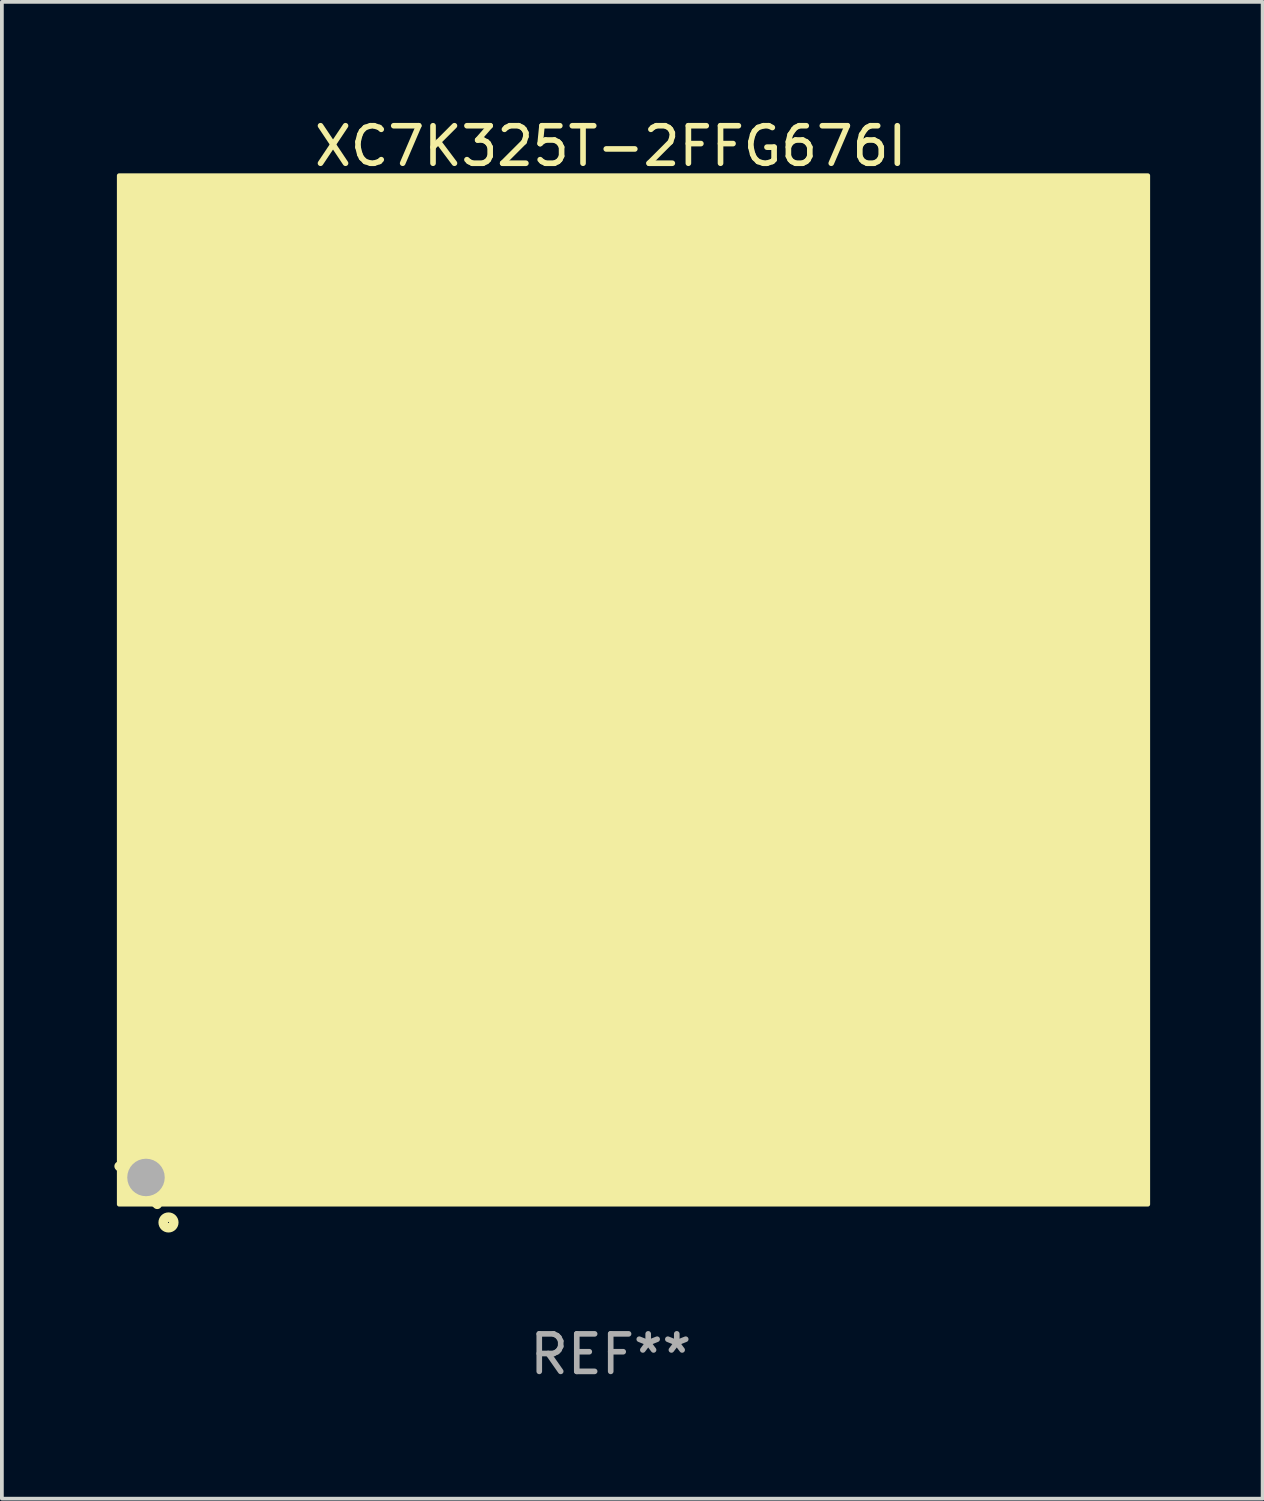
<source format=kicad_pcb>
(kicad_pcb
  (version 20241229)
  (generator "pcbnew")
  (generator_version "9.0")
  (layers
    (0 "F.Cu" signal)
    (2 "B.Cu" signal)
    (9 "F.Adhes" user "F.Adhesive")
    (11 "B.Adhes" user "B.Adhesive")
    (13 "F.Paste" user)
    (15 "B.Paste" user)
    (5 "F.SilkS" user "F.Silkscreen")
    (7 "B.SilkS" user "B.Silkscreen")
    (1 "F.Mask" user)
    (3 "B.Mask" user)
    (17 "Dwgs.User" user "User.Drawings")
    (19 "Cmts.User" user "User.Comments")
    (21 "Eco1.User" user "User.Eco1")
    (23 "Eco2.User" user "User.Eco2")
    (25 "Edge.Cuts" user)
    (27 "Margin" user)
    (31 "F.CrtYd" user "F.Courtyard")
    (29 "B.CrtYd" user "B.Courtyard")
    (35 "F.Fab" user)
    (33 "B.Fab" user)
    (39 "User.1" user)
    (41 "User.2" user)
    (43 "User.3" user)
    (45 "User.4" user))
  (footprint "XC7K325T-2FFG676I"
    (layer "F.Cu")
    (at 13.235 15.956)
    (property "Reference" "XC7K325T-2FFG676I" (at 0 -15.108 0) (layer "F.SilkS") (effects (font (size 1 1) (thickness 0.15))))
    (attr through_hole)
    (fp_line (start -12.092 13.108) (end -13.108 12.092) (stroke (width 0.254) (type solid)) (layer "F.SilkS"))
    (fp_circle (center -12.892 12.892) (end -12.862 12.892) (stroke (width 0.06) (type solid)) (fill no) (layer "F.SilkS"))
    (fp_circle (center -11.792 13.592) (end -11.651 13.592) (stroke (width 0.254) (type solid)) (fill no) (layer "F.SilkS"))
    (fp_poly (pts (xy -13.108 -14.324) (xy 14.324 -14.324) (xy 14.324 13.108) (xy -13.108 13.108)) (stroke (width 0.12) (type solid)) (fill yes) (layer "F.SilkS"))
    (fp_circle (center -12.392 12.392) (end -12.142 12.392) (stroke (width 0.5) (type solid)) (fill no) (layer "F.Fab"))
    (fp_text user "REF**" (at 0 17.108 0) (layer "F.Fab") (effects (font (size 1 1) (thickness 0.15))))
    (pad "A1" smd circle (at -11.892 11.892) (size 0.6 0.6) (layers "F.Cu" "F.Mask" "F.Paste"))
    (pad "A2" smd circle (at -11.892 10.892) (size 0.6 0.6) (layers "F.Cu" "F.Mask" "F.Paste"))
    (pad "A3" smd circle (at -11.892 9.892) (size 0.6 0.6) (layers "F.Cu" "F.Mask" "F.Paste"))
    (pad "A4" smd circle (at -11.892 8.892) (size 0.6 0.6) (layers "F.Cu" "F.Mask" "F.Paste"))
    (pad "A5" smd circle (at -11.892 7.892) (size 0.6 0.6) (layers "F.Cu" "F.Mask" "F.Paste"))
    (pad "A6" smd circle (at -11.892 6.892) (size 0.6 0.6) (layers "F.Cu" "F.Mask" "F.Paste"))
    (pad "A7" smd circle (at -11.892 5.892) (size 0.6 0.6) (layers "F.Cu" "F.Mask" "F.Paste"))
    (pad "A8" smd circle (at -11.892 4.892) (size 0.6 0.6) (layers "F.Cu" "F.Mask" "F.Paste"))
    (pad "A9" smd circle (at -11.892 3.892) (size 0.6 0.6) (layers "F.Cu" "F.Mask" "F.Paste"))
    (pad "A10" smd circle (at -11.892 2.892) (size 0.6 0.6) (layers "F.Cu" "F.Mask" "F.Paste"))
    (pad "A11" smd circle (at -11.892 1.892) (size 0.6 0.6) (layers "F.Cu" "F.Mask" "F.Paste"))
    (pad "A12" smd circle (at -11.892 0.892) (size 0.6 0.6) (layers "F.Cu" "F.Mask" "F.Paste"))
    (pad "A13" smd circle (at -11.892 -0.108) (size 0.6 0.6) (layers "F.Cu" "F.Mask" "F.Paste"))
    (pad "A14" smd circle (at -11.892 -1.108) (size 0.6 0.6) (layers "F.Cu" "F.Mask" "F.Paste"))
    (pad "A15" smd circle (at -11.892 -2.108) (size 0.6 0.6) (layers "F.Cu" "F.Mask" "F.Paste"))
    (pad "A16" smd circle (at -11.892 -3.108) (size 0.6 0.6) (layers "F.Cu" "F.Mask" "F.Paste"))
    (pad "A17" smd circle (at -11.892 -4.108) (size 0.6 0.6) (layers "F.Cu" "F.Mask" "F.Paste"))
    (pad "A18" smd circle (at -11.892 -5.108) (size 0.6 0.6) (layers "F.Cu" "F.Mask" "F.Paste"))
    (pad "A19" smd circle (at -11.892 -6.108) (size 0.6 0.6) (layers "F.Cu" "F.Mask" "F.Paste"))
    (pad "A20" smd circle (at -11.892 -7.108) (size 0.6 0.6) (layers "F.Cu" "F.Mask" "F.Paste"))
    (pad "A21" smd circle (at -11.892 -8.108) (size 0.6 0.6) (layers "F.Cu" "F.Mask" "F.Paste"))
    (pad "A22" smd circle (at -11.892 -9.108) (size 0.6 0.6) (layers "F.Cu" "F.Mask" "F.Paste"))
    (pad "A23" smd circle (at -11.892 -10.108) (size 0.6 0.6) (layers "F.Cu" "F.Mask" "F.Paste"))
    (pad "A24" smd circle (at -11.892 -11.108) (size 0.6 0.6) (layers "F.Cu" "F.Mask" "F.Paste"))
    (pad "A25" smd circle (at -11.892 -12.108) (size 0.6 0.6) (layers "F.Cu" "F.Mask" "F.Paste"))
    (pad "A26" smd circle (at -11.892 -13.108) (size 0.6 0.6) (layers "F.Cu" "F.Mask" "F.Paste"))
    (pad "AA1" smd circle (at 8.108 11.892) (size 0.6 0.6) (layers "F.Cu" "F.Mask" "F.Paste"))
    (pad "AA2" smd circle (at 8.108 10.892) (size 0.6 0.6) (layers "F.Cu" "F.Mask" "F.Paste"))
    (pad "AA3" smd circle (at 8.108 9.892) (size 0.6 0.6) (layers "F.Cu" "F.Mask" "F.Paste"))
    (pad "AA4" smd circle (at 8.108 8.892) (size 0.6 0.6) (layers "F.Cu" "F.Mask" "F.Paste"))
    (pad "AA5" smd circle (at 8.108 7.892) (size 0.6 0.6) (layers "F.Cu" "F.Mask" "F.Paste"))
    (pad "AA6" smd circle (at 8.108 6.892) (size 0.6 0.6) (layers "F.Cu" "F.Mask" "F.Paste"))
    (pad "AA7" smd circle (at 8.108 5.892) (size 0.6 0.6) (layers "F.Cu" "F.Mask" "F.Paste"))
    (pad "AA8" smd circle (at 8.108 4.892) (size 0.6 0.6) (layers "F.Cu" "F.Mask" "F.Paste"))
    (pad "AA9" smd circle (at 8.108 3.892) (size 0.6 0.6) (layers "F.Cu" "F.Mask" "F.Paste"))
    (pad "AA10" smd circle (at 8.108 2.892) (size 0.6 0.6) (layers "F.Cu" "F.Mask" "F.Paste"))
    (pad "AA11" smd circle (at 8.108 1.892) (size 0.6 0.6) (layers "F.Cu" "F.Mask" "F.Paste"))
    (pad "AA12" smd circle (at 8.108 0.892) (size 0.6 0.6) (layers "F.Cu" "F.Mask" "F.Paste"))
    (pad "AA13" smd circle (at 8.108 -0.108) (size 0.6 0.6) (layers "F.Cu" "F.Mask" "F.Paste"))
    (pad "AA14" smd circle (at 8.108 -1.108) (size 0.6 0.6) (layers "F.Cu" "F.Mask" "F.Paste"))
    (pad "AA15" smd circle (at 8.108 -2.108) (size 0.6 0.6) (layers "F.Cu" "F.Mask" "F.Paste"))
    (pad "AA16" smd circle (at 8.108 -3.108) (size 0.6 0.6) (layers "F.Cu" "F.Mask" "F.Paste"))
    (pad "AA17" smd circle (at 8.108 -4.108) (size 0.6 0.6) (layers "F.Cu" "F.Mask" "F.Paste"))
    (pad "AA18" smd circle (at 8.108 -5.108) (size 0.6 0.6) (layers "F.Cu" "F.Mask" "F.Paste"))
    (pad "AA19" smd circle (at 8.108 -6.108) (size 0.6 0.6) (layers "F.Cu" "F.Mask" "F.Paste"))
    (pad "AA20" smd circle (at 8.108 -7.108) (size 0.6 0.6) (layers "F.Cu" "F.Mask" "F.Paste"))
    (pad "AA21" smd circle (at 8.108 -8.108) (size 0.6 0.6) (layers "F.Cu" "F.Mask" "F.Paste"))
    (pad "AA22" smd circle (at 8.108 -9.108) (size 0.6 0.6) (layers "F.Cu" "F.Mask" "F.Paste"))
    (pad "AA23" smd circle (at 8.108 -10.108) (size 0.6 0.6) (layers "F.Cu" "F.Mask" "F.Paste"))
    (pad "AA24" smd circle (at 8.108 -11.108) (size 0.6 0.6) (layers "F.Cu" "F.Mask" "F.Paste"))
    (pad "AA25" smd circle (at 8.108 -12.108) (size 0.6 0.6) (layers "F.Cu" "F.Mask" "F.Paste"))
    (pad "AA26" smd circle (at 8.108 -13.108) (size 0.6 0.6) (layers "F.Cu" "F.Mask" "F.Paste"))
    (pad "AB1" smd circle (at 9.108 11.892) (size 0.6 0.6) (layers "F.Cu" "F.Mask" "F.Paste"))
    (pad "AB2" smd circle (at 9.108 10.892) (size 0.6 0.6) (layers "F.Cu" "F.Mask" "F.Paste"))
    (pad "AB3" smd circle (at 9.108 9.892) (size 0.6 0.6) (layers "F.Cu" "F.Mask" "F.Paste"))
    (pad "AB4" smd circle (at 9.108 8.892) (size 0.6 0.6) (layers "F.Cu" "F.Mask" "F.Paste"))
    (pad "AB5" smd circle (at 9.108 7.892) (size 0.6 0.6) (layers "F.Cu" "F.Mask" "F.Paste"))
    (pad "AB6" smd circle (at 9.108 6.892) (size 0.6 0.6) (layers "F.Cu" "F.Mask" "F.Paste"))
    (pad "AB7" smd circle (at 9.108 5.892) (size 0.6 0.6) (layers "F.Cu" "F.Mask" "F.Paste"))
    (pad "AB8" smd circle (at 9.108 4.892) (size 0.6 0.6) (layers "F.Cu" "F.Mask" "F.Paste"))
    (pad "AB9" smd circle (at 9.108 3.892) (size 0.6 0.6) (layers "F.Cu" "F.Mask" "F.Paste"))
    (pad "AB10" smd circle (at 9.108 2.892) (size 0.6 0.6) (layers "F.Cu" "F.Mask" "F.Paste"))
    (pad "AB11" smd circle (at 9.108 1.892) (size 0.6 0.6) (layers "F.Cu" "F.Mask" "F.Paste"))
    (pad "AB12" smd circle (at 9.108 0.892) (size 0.6 0.6) (layers "F.Cu" "F.Mask" "F.Paste"))
    (pad "AB13" smd circle (at 9.108 -0.108) (size 0.6 0.6) (layers "F.Cu" "F.Mask" "F.Paste"))
    (pad "AB14" smd circle (at 9.108 -1.108) (size 0.6 0.6) (layers "F.Cu" "F.Mask" "F.Paste"))
    (pad "AB15" smd circle (at 9.108 -2.108) (size 0.6 0.6) (layers "F.Cu" "F.Mask" "F.Paste"))
    (pad "AB16" smd circle (at 9.108 -3.108) (size 0.6 0.6) (layers "F.Cu" "F.Mask" "F.Paste"))
    (pad "AB17" smd circle (at 9.108 -4.108) (size 0.6 0.6) (layers "F.Cu" "F.Mask" "F.Paste"))
    (pad "AB18" smd circle (at 9.108 -5.108) (size 0.6 0.6) (layers "F.Cu" "F.Mask" "F.Paste"))
    (pad "AB19" smd circle (at 9.108 -6.108) (size 0.6 0.6) (layers "F.Cu" "F.Mask" "F.Paste"))
    (pad "AB20" smd circle (at 9.108 -7.108) (size 0.6 0.6) (layers "F.Cu" "F.Mask" "F.Paste"))
    (pad "AB21" smd circle (at 9.108 -8.108) (size 0.6 0.6) (layers "F.Cu" "F.Mask" "F.Paste"))
    (pad "AB22" smd circle (at 9.108 -9.108) (size 0.6 0.6) (layers "F.Cu" "F.Mask" "F.Paste"))
    (pad "AB23" smd circle (at 9.108 -10.108) (size 0.6 0.6) (layers "F.Cu" "F.Mask" "F.Paste"))
    (pad "AB24" smd circle (at 9.108 -11.108) (size 0.6 0.6) (layers "F.Cu" "F.Mask" "F.Paste"))
    (pad "AB25" smd circle (at 9.108 -12.108) (size 0.6 0.6) (layers "F.Cu" "F.Mask" "F.Paste"))
    (pad "AB26" smd circle (at 9.108 -13.108) (size 0.6 0.6) (layers "F.Cu" "F.Mask" "F.Paste"))
    (pad "AC1" smd circle (at 10.108 11.892) (size 0.6 0.6) (layers "F.Cu" "F.Mask" "F.Paste"))
    (pad "AC2" smd circle (at 10.108 10.892) (size 0.6 0.6) (layers "F.Cu" "F.Mask" "F.Paste"))
    (pad "AC3" smd circle (at 10.108 9.892) (size 0.6 0.6) (layers "F.Cu" "F.Mask" "F.Paste"))
    (pad "AC4" smd circle (at 10.108 8.892) (size 0.6 0.6) (layers "F.Cu" "F.Mask" "F.Paste"))
    (pad "AC5" smd circle (at 10.108 7.892) (size 0.6 0.6) (layers "F.Cu" "F.Mask" "F.Paste"))
    (pad "AC6" smd circle (at 10.108 6.892) (size 0.6 0.6) (layers "F.Cu" "F.Mask" "F.Paste"))
    (pad "AC7" smd circle (at 10.108 5.892) (size 0.6 0.6) (layers "F.Cu" "F.Mask" "F.Paste"))
    (pad "AC8" smd circle (at 10.108 4.892) (size 0.6 0.6) (layers "F.Cu" "F.Mask" "F.Paste"))
    (pad "AC9" smd circle (at 10.108 3.892) (size 0.6 0.6) (layers "F.Cu" "F.Mask" "F.Paste"))
    (pad "AC10" smd circle (at 10.108 2.892) (size 0.6 0.6) (layers "F.Cu" "F.Mask" "F.Paste"))
    (pad "AC11" smd circle (at 10.108 1.892) (size 0.6 0.6) (layers "F.Cu" "F.Mask" "F.Paste"))
    (pad "AC12" smd circle (at 10.108 0.892) (size 0.6 0.6) (layers "F.Cu" "F.Mask" "F.Paste"))
    (pad "AC13" smd circle (at 10.108 -0.108) (size 0.6 0.6) (layers "F.Cu" "F.Mask" "F.Paste"))
    (pad "AC14" smd circle (at 10.108 -1.108) (size 0.6 0.6) (layers "F.Cu" "F.Mask" "F.Paste"))
    (pad "AC15" smd circle (at 10.108 -2.108) (size 0.6 0.6) (layers "F.Cu" "F.Mask" "F.Paste"))
    (pad "AC16" smd circle (at 10.108 -3.108) (size 0.6 0.6) (layers "F.Cu" "F.Mask" "F.Paste"))
    (pad "AC17" smd circle (at 10.108 -4.108) (size 0.6 0.6) (layers "F.Cu" "F.Mask" "F.Paste"))
    (pad "AC18" smd circle (at 10.108 -5.108) (size 0.6 0.6) (layers "F.Cu" "F.Mask" "F.Paste"))
    (pad "AC19" smd circle (at 10.108 -6.108) (size 0.6 0.6) (layers "F.Cu" "F.Mask" "F.Paste"))
    (pad "AC20" smd circle (at 10.108 -7.108) (size 0.6 0.6) (layers "F.Cu" "F.Mask" "F.Paste"))
    (pad "AC21" smd circle (at 10.108 -8.108) (size 0.6 0.6) (layers "F.Cu" "F.Mask" "F.Paste"))
    (pad "AC22" smd circle (at 10.108 -9.108) (size 0.6 0.6) (layers "F.Cu" "F.Mask" "F.Paste"))
    (pad "AC23" smd circle (at 10.108 -10.108) (size 0.6 0.6) (layers "F.Cu" "F.Mask" "F.Paste"))
    (pad "AC24" smd circle (at 10.108 -11.108) (size 0.6 0.6) (layers "F.Cu" "F.Mask" "F.Paste"))
    (pad "AC25" smd circle (at 10.108 -12.108) (size 0.6 0.6) (layers "F.Cu" "F.Mask" "F.Paste"))
    (pad "AC26" smd circle (at 10.108 -13.108) (size 0.6 0.6) (layers "F.Cu" "F.Mask" "F.Paste"))
    (pad "AD1" smd circle (at 11.108 11.892) (size 0.6 0.6) (layers "F.Cu" "F.Mask" "F.Paste"))
    (pad "AD2" smd circle (at 11.108 10.892) (size 0.6 0.6) (layers "F.Cu" "F.Mask" "F.Paste"))
    (pad "AD3" smd circle (at 11.108 9.892) (size 0.6 0.6) (layers "F.Cu" "F.Mask" "F.Paste"))
    (pad "AD4" smd circle (at 11.108 8.892) (size 0.6 0.6) (layers "F.Cu" "F.Mask" "F.Paste"))
    (pad "AD5" smd circle (at 11.108 7.892) (size 0.6 0.6) (layers "F.Cu" "F.Mask" "F.Paste"))
    (pad "AD6" smd circle (at 11.108 6.892) (size 0.6 0.6) (layers "F.Cu" "F.Mask" "F.Paste"))
    (pad "AD7" smd circle (at 11.108 5.892) (size 0.6 0.6) (layers "F.Cu" "F.Mask" "F.Paste"))
    (pad "AD8" smd circle (at 11.108 4.892) (size 0.6 0.6) (layers "F.Cu" "F.Mask" "F.Paste"))
    (pad "AD9" smd circle (at 11.108 3.892) (size 0.6 0.6) (layers "F.Cu" "F.Mask" "F.Paste"))
    (pad "AD10" smd circle (at 11.108 2.892) (size 0.6 0.6) (layers "F.Cu" "F.Mask" "F.Paste"))
    (pad "AD11" smd circle (at 11.108 1.892) (size 0.6 0.6) (layers "F.Cu" "F.Mask" "F.Paste"))
    (pad "AD12" smd circle (at 11.108 0.892) (size 0.6 0.6) (layers "F.Cu" "F.Mask" "F.Paste"))
    (pad "AD13" smd circle (at 11.108 -0.108) (size 0.6 0.6) (layers "F.Cu" "F.Mask" "F.Paste"))
    (pad "AD14" smd circle (at 11.108 -1.108) (size 0.6 0.6) (layers "F.Cu" "F.Mask" "F.Paste"))
    (pad "AD15" smd circle (at 11.108 -2.108) (size 0.6 0.6) (layers "F.Cu" "F.Mask" "F.Paste"))
    (pad "AD16" smd circle (at 11.108 -3.108) (size 0.6 0.6) (layers "F.Cu" "F.Mask" "F.Paste"))
    (pad "AD17" smd circle (at 11.108 -4.108) (size 0.6 0.6) (layers "F.Cu" "F.Mask" "F.Paste"))
    (pad "AD18" smd circle (at 11.108 -5.108) (size 0.6 0.6) (layers "F.Cu" "F.Mask" "F.Paste"))
    (pad "AD19" smd circle (at 11.108 -6.108) (size 0.6 0.6) (layers "F.Cu" "F.Mask" "F.Paste"))
    (pad "AD20" smd circle (at 11.108 -7.108) (size 0.6 0.6) (layers "F.Cu" "F.Mask" "F.Paste"))
    (pad "AD21" smd circle (at 11.108 -8.108) (size 0.6 0.6) (layers "F.Cu" "F.Mask" "F.Paste"))
    (pad "AD22" smd circle (at 11.108 -9.108) (size 0.6 0.6) (layers "F.Cu" "F.Mask" "F.Paste"))
    (pad "AD23" smd circle (at 11.108 -10.108) (size 0.6 0.6) (layers "F.Cu" "F.Mask" "F.Paste"))
    (pad "AD24" smd circle (at 11.108 -11.108) (size 0.6 0.6) (layers "F.Cu" "F.Mask" "F.Paste"))
    (pad "AD25" smd circle (at 11.108 -12.108) (size 0.6 0.6) (layers "F.Cu" "F.Mask" "F.Paste"))
    (pad "AD26" smd circle (at 11.108 -13.108) (size 0.6 0.6) (layers "F.Cu" "F.Mask" "F.Paste"))
    (pad "AE1" smd circle (at 12.108 11.892) (size 0.6 0.6) (layers "F.Cu" "F.Mask" "F.Paste"))
    (pad "AE2" smd circle (at 12.108 10.892) (size 0.6 0.6) (layers "F.Cu" "F.Mask" "F.Paste"))
    (pad "AE3" smd circle (at 12.108 9.892) (size 0.6 0.6) (layers "F.Cu" "F.Mask" "F.Paste"))
    (pad "AE4" smd circle (at 12.108 8.892) (size 0.6 0.6) (layers "F.Cu" "F.Mask" "F.Paste"))
    (pad "AE5" smd circle (at 12.108 7.892) (size 0.6 0.6) (layers "F.Cu" "F.Mask" "F.Paste"))
    (pad "AE6" smd circle (at 12.108 6.892) (size 0.6 0.6) (layers "F.Cu" "F.Mask" "F.Paste"))
    (pad "AE7" smd circle (at 12.108 5.892) (size 0.6 0.6) (layers "F.Cu" "F.Mask" "F.Paste"))
    (pad "AE8" smd circle (at 12.108 4.892) (size 0.6 0.6) (layers "F.Cu" "F.Mask" "F.Paste"))
    (pad "AE9" smd circle (at 12.108 3.892) (size 0.6 0.6) (layers "F.Cu" "F.Mask" "F.Paste"))
    (pad "AE10" smd circle (at 12.108 2.892) (size 0.6 0.6) (layers "F.Cu" "F.Mask" "F.Paste"))
    (pad "AE11" smd circle (at 12.108 1.892) (size 0.6 0.6) (layers "F.Cu" "F.Mask" "F.Paste"))
    (pad "AE12" smd circle (at 12.108 0.892) (size 0.6 0.6) (layers "F.Cu" "F.Mask" "F.Paste"))
    (pad "AE13" smd circle (at 12.108 -0.108) (size 0.6 0.6) (layers "F.Cu" "F.Mask" "F.Paste"))
    (pad "AE14" smd circle (at 12.108 -1.108) (size 0.6 0.6) (layers "F.Cu" "F.Mask" "F.Paste"))
    (pad "AE15" smd circle (at 12.108 -2.108) (size 0.6 0.6) (layers "F.Cu" "F.Mask" "F.Paste"))
    (pad "AE16" smd circle (at 12.108 -3.108) (size 0.6 0.6) (layers "F.Cu" "F.Mask" "F.Paste"))
    (pad "AE17" smd circle (at 12.108 -4.108) (size 0.6 0.6) (layers "F.Cu" "F.Mask" "F.Paste"))
    (pad "AE18" smd circle (at 12.108 -5.108) (size 0.6 0.6) (layers "F.Cu" "F.Mask" "F.Paste"))
    (pad "AE19" smd circle (at 12.108 -6.108) (size 0.6 0.6) (layers "F.Cu" "F.Mask" "F.Paste"))
    (pad "AE20" smd circle (at 12.108 -7.108) (size 0.6 0.6) (layers "F.Cu" "F.Mask" "F.Paste"))
    (pad "AE21" smd circle (at 12.108 -8.108) (size 0.6 0.6) (layers "F.Cu" "F.Mask" "F.Paste"))
    (pad "AE22" smd circle (at 12.108 -9.108) (size 0.6 0.6) (layers "F.Cu" "F.Mask" "F.Paste"))
    (pad "AE23" smd circle (at 12.108 -10.108) (size 0.6 0.6) (layers "F.Cu" "F.Mask" "F.Paste"))
    (pad "AE24" smd circle (at 12.108 -11.108) (size 0.6 0.6) (layers "F.Cu" "F.Mask" "F.Paste"))
    (pad "AE25" smd circle (at 12.108 -12.108) (size 0.6 0.6) (layers "F.Cu" "F.Mask" "F.Paste"))
    (pad "AE26" smd circle (at 12.108 -13.108) (size 0.6 0.6) (layers "F.Cu" "F.Mask" "F.Paste"))
    (pad "AF1" smd circle (at 13.108 11.892) (size 0.6 0.6) (layers "F.Cu" "F.Mask" "F.Paste"))
    (pad "AF2" smd circle (at 13.108 10.892) (size 0.6 0.6) (layers "F.Cu" "F.Mask" "F.Paste"))
    (pad "AF3" smd circle (at 13.108 9.892) (size 0.6 0.6) (layers "F.Cu" "F.Mask" "F.Paste"))
    (pad "AF4" smd circle (at 13.108 8.892) (size 0.6 0.6) (layers "F.Cu" "F.Mask" "F.Paste"))
    (pad "AF5" smd circle (at 13.108 7.892) (size 0.6 0.6) (layers "F.Cu" "F.Mask" "F.Paste"))
    (pad "AF6" smd circle (at 13.108 6.892) (size 0.6 0.6) (layers "F.Cu" "F.Mask" "F.Paste"))
    (pad "AF7" smd circle (at 13.108 5.892) (size 0.6 0.6) (layers "F.Cu" "F.Mask" "F.Paste"))
    (pad "AF8" smd circle (at 13.108 4.892) (size 0.6 0.6) (layers "F.Cu" "F.Mask" "F.Paste"))
    (pad "AF9" smd circle (at 13.108 3.892) (size 0.6 0.6) (layers "F.Cu" "F.Mask" "F.Paste"))
    (pad "AF10" smd circle (at 13.108 2.892) (size 0.6 0.6) (layers "F.Cu" "F.Mask" "F.Paste"))
    (pad "AF11" smd circle (at 13.108 1.892) (size 0.6 0.6) (layers "F.Cu" "F.Mask" "F.Paste"))
    (pad "AF12" smd circle (at 13.108 0.892) (size 0.6 0.6) (layers "F.Cu" "F.Mask" "F.Paste"))
    (pad "AF13" smd circle (at 13.108 -0.108) (size 0.6 0.6) (layers "F.Cu" "F.Mask" "F.Paste"))
    (pad "AF14" smd circle (at 13.108 -1.108) (size 0.6 0.6) (layers "F.Cu" "F.Mask" "F.Paste"))
    (pad "AF15" smd circle (at 13.108 -2.108) (size 0.6 0.6) (layers "F.Cu" "F.Mask" "F.Paste"))
    (pad "AF16" smd circle (at 13.108 -3.108) (size 0.6 0.6) (layers "F.Cu" "F.Mask" "F.Paste"))
    (pad "AF17" smd circle (at 13.108 -4.108) (size 0.6 0.6) (layers "F.Cu" "F.Mask" "F.Paste"))
    (pad "AF18" smd circle (at 13.108 -5.108) (size 0.6 0.6) (layers "F.Cu" "F.Mask" "F.Paste"))
    (pad "AF19" smd circle (at 13.108 -6.108) (size 0.6 0.6) (layers "F.Cu" "F.Mask" "F.Paste"))
    (pad "AF20" smd circle (at 13.108 -7.108) (size 0.6 0.6) (layers "F.Cu" "F.Mask" "F.Paste"))
    (pad "AF21" smd circle (at 13.108 -8.108) (size 0.6 0.6) (layers "F.Cu" "F.Mask" "F.Paste"))
    (pad "AF22" smd circle (at 13.108 -9.108) (size 0.6 0.6) (layers "F.Cu" "F.Mask" "F.Paste"))
    (pad "AF23" smd circle (at 13.108 -10.108) (size 0.6 0.6) (layers "F.Cu" "F.Mask" "F.Paste"))
    (pad "AF24" smd circle (at 13.108 -11.108) (size 0.6 0.6) (layers "F.Cu" "F.Mask" "F.Paste"))
    (pad "AF25" smd circle (at 13.108 -12.108) (size 0.6 0.6) (layers "F.Cu" "F.Mask" "F.Paste"))
    (pad "AF26" smd circle (at 13.108 -13.108) (size 0.6 0.6) (layers "F.Cu" "F.Mask" "F.Paste"))
    (pad "B1" smd circle (at -10.892 11.892) (size 0.6 0.6) (layers "F.Cu" "F.Mask" "F.Paste"))
    (pad "B2" smd circle (at -10.892 10.892) (size 0.6 0.6) (layers "F.Cu" "F.Mask" "F.Paste"))
    (pad "B3" smd circle (at -10.892 9.892) (size 0.6 0.6) (layers "F.Cu" "F.Mask" "F.Paste"))
    (pad "B4" smd circle (at -10.892 8.892) (size 0.6 0.6) (layers "F.Cu" "F.Mask" "F.Paste"))
    (pad "B5" smd circle (at -10.892 7.892) (size 0.6 0.6) (layers "F.Cu" "F.Mask" "F.Paste"))
    (pad "B6" smd circle (at -10.892 6.892) (size 0.6 0.6) (layers "F.Cu" "F.Mask" "F.Paste"))
    (pad "B7" smd circle (at -10.892 5.892) (size 0.6 0.6) (layers "F.Cu" "F.Mask" "F.Paste"))
    (pad "B8" smd circle (at -10.892 4.892) (size 0.6 0.6) (layers "F.Cu" "F.Mask" "F.Paste"))
    (pad "B9" smd circle (at -10.892 3.892) (size 0.6 0.6) (layers "F.Cu" "F.Mask" "F.Paste"))
    (pad "B10" smd circle (at -10.892 2.892) (size 0.6 0.6) (layers "F.Cu" "F.Mask" "F.Paste"))
    (pad "B11" smd circle (at -10.892 1.892) (size 0.6 0.6) (layers "F.Cu" "F.Mask" "F.Paste"))
    (pad "B12" smd circle (at -10.892 0.892) (size 0.6 0.6) (layers "F.Cu" "F.Mask" "F.Paste"))
    (pad "B13" smd circle (at -10.892 -0.108) (size 0.6 0.6) (layers "F.Cu" "F.Mask" "F.Paste"))
    (pad "B14" smd circle (at -10.892 -1.108) (size 0.6 0.6) (layers "F.Cu" "F.Mask" "F.Paste"))
    (pad "B15" smd circle (at -10.892 -2.108) (size 0.6 0.6) (layers "F.Cu" "F.Mask" "F.Paste"))
    (pad "B16" smd circle (at -10.892 -3.108) (size 0.6 0.6) (layers "F.Cu" "F.Mask" "F.Paste"))
    (pad "B17" smd circle (at -10.892 -4.108) (size 0.6 0.6) (layers "F.Cu" "F.Mask" "F.Paste"))
    (pad "B18" smd circle (at -10.892 -5.108) (size 0.6 0.6) (layers "F.Cu" "F.Mask" "F.Paste"))
    (pad "B19" smd circle (at -10.892 -6.108) (size 0.6 0.6) (layers "F.Cu" "F.Mask" "F.Paste"))
    (pad "B20" smd circle (at -10.892 -7.108) (size 0.6 0.6) (layers "F.Cu" "F.Mask" "F.Paste"))
    (pad "B21" smd circle (at -10.892 -8.108) (size 0.6 0.6) (layers "F.Cu" "F.Mask" "F.Paste"))
    (pad "B22" smd circle (at -10.892 -9.108) (size 0.6 0.6) (layers "F.Cu" "F.Mask" "F.Paste"))
    (pad "B23" smd circle (at -10.892 -10.108) (size 0.6 0.6) (layers "F.Cu" "F.Mask" "F.Paste"))
    (pad "B24" smd circle (at -10.892 -11.108) (size 0.6 0.6) (layers "F.Cu" "F.Mask" "F.Paste"))
    (pad "B25" smd circle (at -10.892 -12.108) (size 0.6 0.6) (layers "F.Cu" "F.Mask" "F.Paste"))
    (pad "B26" smd circle (at -10.892 -13.108) (size 0.6 0.6) (layers "F.Cu" "F.Mask" "F.Paste"))
    (pad "C1" smd circle (at -9.892 11.892) (size 0.6 0.6) (layers "F.Cu" "F.Mask" "F.Paste"))
    (pad "C2" smd circle (at -9.892 10.892) (size 0.6 0.6) (layers "F.Cu" "F.Mask" "F.Paste"))
    (pad "C3" smd circle (at -9.892 9.892) (size 0.6 0.6) (layers "F.Cu" "F.Mask" "F.Paste"))
    (pad "C4" smd circle (at -9.892 8.892) (size 0.6 0.6) (layers "F.Cu" "F.Mask" "F.Paste"))
    (pad "C5" smd circle (at -9.892 7.892) (size 0.6 0.6) (layers "F.Cu" "F.Mask" "F.Paste"))
    (pad "C6" smd circle (at -9.892 6.892) (size 0.6 0.6) (layers "F.Cu" "F.Mask" "F.Paste"))
    (pad "C7" smd circle (at -9.892 5.892) (size 0.6 0.6) (layers "F.Cu" "F.Mask" "F.Paste"))
    (pad "C8" smd circle (at -9.892 4.892) (size 0.6 0.6) (layers "F.Cu" "F.Mask" "F.Paste"))
    (pad "C9" smd circle (at -9.892 3.892) (size 0.6 0.6) (layers "F.Cu" "F.Mask" "F.Paste"))
    (pad "C10" smd circle (at -9.892 2.892) (size 0.6 0.6) (layers "F.Cu" "F.Mask" "F.Paste"))
    (pad "C11" smd circle (at -9.892 1.892) (size 0.6 0.6) (layers "F.Cu" "F.Mask" "F.Paste"))
    (pad "C12" smd circle (at -9.892 0.892) (size 0.6 0.6) (layers "F.Cu" "F.Mask" "F.Paste"))
    (pad "C13" smd circle (at -9.892 -0.108) (size 0.6 0.6) (layers "F.Cu" "F.Mask" "F.Paste"))
    (pad "C14" smd circle (at -9.892 -1.108) (size 0.6 0.6) (layers "F.Cu" "F.Mask" "F.Paste"))
    (pad "C15" smd circle (at -9.892 -2.108) (size 0.6 0.6) (layers "F.Cu" "F.Mask" "F.Paste"))
    (pad "C16" smd circle (at -9.892 -3.108) (size 0.6 0.6) (layers "F.Cu" "F.Mask" "F.Paste"))
    (pad "C17" smd circle (at -9.892 -4.108) (size 0.6 0.6) (layers "F.Cu" "F.Mask" "F.Paste"))
    (pad "C18" smd circle (at -9.892 -5.108) (size 0.6 0.6) (layers "F.Cu" "F.Mask" "F.Paste"))
    (pad "C19" smd circle (at -9.892 -6.108) (size 0.6 0.6) (layers "F.Cu" "F.Mask" "F.Paste"))
    (pad "C20" smd circle (at -9.892 -7.108) (size 0.6 0.6) (layers "F.Cu" "F.Mask" "F.Paste"))
    (pad "C21" smd circle (at -9.892 -8.108) (size 0.6 0.6) (layers "F.Cu" "F.Mask" "F.Paste"))
    (pad "C22" smd circle (at -9.892 -9.108) (size 0.6 0.6) (layers "F.Cu" "F.Mask" "F.Paste"))
    (pad "C23" smd circle (at -9.892 -10.108) (size 0.6 0.6) (layers "F.Cu" "F.Mask" "F.Paste"))
    (pad "C24" smd circle (at -9.892 -11.108) (size 0.6 0.6) (layers "F.Cu" "F.Mask" "F.Paste"))
    (pad "C25" smd circle (at -9.892 -12.108) (size 0.6 0.6) (layers "F.Cu" "F.Mask" "F.Paste"))
    (pad "C26" smd circle (at -9.892 -13.108) (size 0.6 0.6) (layers "F.Cu" "F.Mask" "F.Paste"))
    (pad "D1" smd circle (at -8.892 11.892) (size 0.6 0.6) (layers "F.Cu" "F.Mask" "F.Paste"))
    (pad "D2" smd circle (at -8.892 10.892) (size 0.6 0.6) (layers "F.Cu" "F.Mask" "F.Paste"))
    (pad "D3" smd circle (at -8.892 9.892) (size 0.6 0.6) (layers "F.Cu" "F.Mask" "F.Paste"))
    (pad "D4" smd circle (at -8.892 8.892) (size 0.6 0.6) (layers "F.Cu" "F.Mask" "F.Paste"))
    (pad "D5" smd circle (at -8.892 7.892) (size 0.6 0.6) (layers "F.Cu" "F.Mask" "F.Paste"))
    (pad "D6" smd circle (at -8.892 6.892) (size 0.6 0.6) (layers "F.Cu" "F.Mask" "F.Paste"))
    (pad "D7" smd circle (at -8.892 5.892) (size 0.6 0.6) (layers "F.Cu" "F.Mask" "F.Paste"))
    (pad "D8" smd circle (at -8.892 4.892) (size 0.6 0.6) (layers "F.Cu" "F.Mask" "F.Paste"))
    (pad "D9" smd circle (at -8.892 3.892) (size 0.6 0.6) (layers "F.Cu" "F.Mask" "F.Paste"))
    (pad "D10" smd circle (at -8.892 2.892) (size 0.6 0.6) (layers "F.Cu" "F.Mask" "F.Paste"))
    (pad "D11" smd circle (at -8.892 1.892) (size 0.6 0.6) (layers "F.Cu" "F.Mask" "F.Paste"))
    (pad "D12" smd circle (at -8.892 0.892) (size 0.6 0.6) (layers "F.Cu" "F.Mask" "F.Paste"))
    (pad "D13" smd circle (at -8.892 -0.108) (size 0.6 0.6) (layers "F.Cu" "F.Mask" "F.Paste"))
    (pad "D14" smd circle (at -8.892 -1.108) (size 0.6 0.6) (layers "F.Cu" "F.Mask" "F.Paste"))
    (pad "D15" smd circle (at -8.892 -2.108) (size 0.6 0.6) (layers "F.Cu" "F.Mask" "F.Paste"))
    (pad "D16" smd circle (at -8.892 -3.108) (size 0.6 0.6) (layers "F.Cu" "F.Mask" "F.Paste"))
    (pad "D17" smd circle (at -8.892 -4.108) (size 0.6 0.6) (layers "F.Cu" "F.Mask" "F.Paste"))
    (pad "D18" smd circle (at -8.892 -5.108) (size 0.6 0.6) (layers "F.Cu" "F.Mask" "F.Paste"))
    (pad "D19" smd circle (at -8.892 -6.108) (size 0.6 0.6) (layers "F.Cu" "F.Mask" "F.Paste"))
    (pad "D20" smd circle (at -8.892 -7.108) (size 0.6 0.6) (layers "F.Cu" "F.Mask" "F.Paste"))
    (pad "D21" smd circle (at -8.892 -8.108) (size 0.6 0.6) (layers "F.Cu" "F.Mask" "F.Paste"))
    (pad "D22" smd circle (at -8.892 -9.108) (size 0.6 0.6) (layers "F.Cu" "F.Mask" "F.Paste"))
    (pad "D23" smd circle (at -8.892 -10.108) (size 0.6 0.6) (layers "F.Cu" "F.Mask" "F.Paste"))
    (pad "D24" smd circle (at -8.892 -11.108) (size 0.6 0.6) (layers "F.Cu" "F.Mask" "F.Paste"))
    (pad "D25" smd circle (at -8.892 -12.108) (size 0.6 0.6) (layers "F.Cu" "F.Mask" "F.Paste"))
    (pad "D26" smd circle (at -8.892 -13.108) (size 0.6 0.6) (layers "F.Cu" "F.Mask" "F.Paste"))
    (pad "E1" smd circle (at -7.892 11.892) (size 0.6 0.6) (layers "F.Cu" "F.Mask" "F.Paste"))
    (pad "E2" smd circle (at -7.892 10.892) (size 0.6 0.6) (layers "F.Cu" "F.Mask" "F.Paste"))
    (pad "E3" smd circle (at -7.892 9.892) (size 0.6 0.6) (layers "F.Cu" "F.Mask" "F.Paste"))
    (pad "E4" smd circle (at -7.892 8.892) (size 0.6 0.6) (layers "F.Cu" "F.Mask" "F.Paste"))
    (pad "E5" smd circle (at -7.892 7.892) (size 0.6 0.6) (layers "F.Cu" "F.Mask" "F.Paste"))
    (pad "E6" smd circle (at -7.892 6.892) (size 0.6 0.6) (layers "F.Cu" "F.Mask" "F.Paste"))
    (pad "E7" smd circle (at -7.892 5.892) (size 0.6 0.6) (layers "F.Cu" "F.Mask" "F.Paste"))
    (pad "E8" smd circle (at -7.892 4.892) (size 0.6 0.6) (layers "F.Cu" "F.Mask" "F.Paste"))
    (pad "E9" smd circle (at -7.892 3.892) (size 0.6 0.6) (layers "F.Cu" "F.Mask" "F.Paste"))
    (pad "E10" smd circle (at -7.892 2.892) (size 0.6 0.6) (layers "F.Cu" "F.Mask" "F.Paste"))
    (pad "E11" smd circle (at -7.892 1.892) (size 0.6 0.6) (layers "F.Cu" "F.Mask" "F.Paste"))
    (pad "E12" smd circle (at -7.892 0.892) (size 0.6 0.6) (layers "F.Cu" "F.Mask" "F.Paste"))
    (pad "E13" smd circle (at -7.892 -0.108) (size 0.6 0.6) (layers "F.Cu" "F.Mask" "F.Paste"))
    (pad "E14" smd circle (at -7.892 -1.108) (size 0.6 0.6) (layers "F.Cu" "F.Mask" "F.Paste"))
    (pad "E15" smd circle (at -7.892 -2.108) (size 0.6 0.6) (layers "F.Cu" "F.Mask" "F.Paste"))
    (pad "E16" smd circle (at -7.892 -3.108) (size 0.6 0.6) (layers "F.Cu" "F.Mask" "F.Paste"))
    (pad "E17" smd circle (at -7.892 -4.108) (size 0.6 0.6) (layers "F.Cu" "F.Mask" "F.Paste"))
    (pad "E18" smd circle (at -7.892 -5.108) (size 0.6 0.6) (layers "F.Cu" "F.Mask" "F.Paste"))
    (pad "E19" smd circle (at -7.892 -6.108) (size 0.6 0.6) (layers "F.Cu" "F.Mask" "F.Paste"))
    (pad "E20" smd circle (at -7.892 -7.108) (size 0.6 0.6) (layers "F.Cu" "F.Mask" "F.Paste"))
    (pad "E21" smd circle (at -7.892 -8.108) (size 0.6 0.6) (layers "F.Cu" "F.Mask" "F.Paste"))
    (pad "E22" smd circle (at -7.892 -9.108) (size 0.6 0.6) (layers "F.Cu" "F.Mask" "F.Paste"))
    (pad "E23" smd circle (at -7.892 -10.108) (size 0.6 0.6) (layers "F.Cu" "F.Mask" "F.Paste"))
    (pad "E24" smd circle (at -7.892 -11.108) (size 0.6 0.6) (layers "F.Cu" "F.Mask" "F.Paste"))
    (pad "E25" smd circle (at -7.892 -12.108) (size 0.6 0.6) (layers "F.Cu" "F.Mask" "F.Paste"))
    (pad "E26" smd circle (at -7.892 -13.108) (size 0.6 0.6) (layers "F.Cu" "F.Mask" "F.Paste"))
    (pad "F1" smd circle (at -6.892 11.892) (size 0.6 0.6) (layers "F.Cu" "F.Mask" "F.Paste"))
    (pad "F2" smd circle (at -6.892 10.892) (size 0.6 0.6) (layers "F.Cu" "F.Mask" "F.Paste"))
    (pad "F3" smd circle (at -6.892 9.892) (size 0.6 0.6) (layers "F.Cu" "F.Mask" "F.Paste"))
    (pad "F4" smd circle (at -6.892 8.892) (size 0.6 0.6) (layers "F.Cu" "F.Mask" "F.Paste"))
    (pad "F5" smd circle (at -6.892 7.892) (size 0.6 0.6) (layers "F.Cu" "F.Mask" "F.Paste"))
    (pad "F6" smd circle (at -6.892 6.892) (size 0.6 0.6) (layers "F.Cu" "F.Mask" "F.Paste"))
    (pad "F7" smd circle (at -6.892 5.892) (size 0.6 0.6) (layers "F.Cu" "F.Mask" "F.Paste"))
    (pad "F8" smd circle (at -6.892 4.892) (size 0.6 0.6) (layers "F.Cu" "F.Mask" "F.Paste"))
    (pad "F9" smd circle (at -6.892 3.892) (size 0.6 0.6) (layers "F.Cu" "F.Mask" "F.Paste"))
    (pad "F10" smd circle (at -6.892 2.892) (size 0.6 0.6) (layers "F.Cu" "F.Mask" "F.Paste"))
    (pad "F11" smd circle (at -6.892 1.892) (size 0.6 0.6) (layers "F.Cu" "F.Mask" "F.Paste"))
    (pad "F12" smd circle (at -6.892 0.892) (size 0.6 0.6) (layers "F.Cu" "F.Mask" "F.Paste"))
    (pad "F13" smd circle (at -6.892 -0.108) (size 0.6 0.6) (layers "F.Cu" "F.Mask" "F.Paste"))
    (pad "F14" smd circle (at -6.892 -1.108) (size 0.6 0.6) (layers "F.Cu" "F.Mask" "F.Paste"))
    (pad "F15" smd circle (at -6.892 -2.108) (size 0.6 0.6) (layers "F.Cu" "F.Mask" "F.Paste"))
    (pad "F16" smd circle (at -6.892 -3.108) (size 0.6 0.6) (layers "F.Cu" "F.Mask" "F.Paste"))
    (pad "F17" smd circle (at -6.892 -4.108) (size 0.6 0.6) (layers "F.Cu" "F.Mask" "F.Paste"))
    (pad "F18" smd circle (at -6.892 -5.108) (size 0.6 0.6) (layers "F.Cu" "F.Mask" "F.Paste"))
    (pad "F19" smd circle (at -6.892 -6.108) (size 0.6 0.6) (layers "F.Cu" "F.Mask" "F.Paste"))
    (pad "F20" smd circle (at -6.892 -7.108) (size 0.6 0.6) (layers "F.Cu" "F.Mask" "F.Paste"))
    (pad "F21" smd circle (at -6.892 -8.108) (size 0.6 0.6) (layers "F.Cu" "F.Mask" "F.Paste"))
    (pad "F22" smd circle (at -6.892 -9.108) (size 0.6 0.6) (layers "F.Cu" "F.Mask" "F.Paste"))
    (pad "F23" smd circle (at -6.892 -10.108) (size 0.6 0.6) (layers "F.Cu" "F.Mask" "F.Paste"))
    (pad "F24" smd circle (at -6.892 -11.108) (size 0.6 0.6) (layers "F.Cu" "F.Mask" "F.Paste"))
    (pad "F25" smd circle (at -6.892 -12.108) (size 0.6 0.6) (layers "F.Cu" "F.Mask" "F.Paste"))
    (pad "F26" smd circle (at -6.892 -13.108) (size 0.6 0.6) (layers "F.Cu" "F.Mask" "F.Paste"))
    (pad "G1" smd circle (at -5.892 11.892) (size 0.6 0.6) (layers "F.Cu" "F.Mask" "F.Paste"))
    (pad "G2" smd circle (at -5.892 10.892) (size 0.6 0.6) (layers "F.Cu" "F.Mask" "F.Paste"))
    (pad "G3" smd circle (at -5.892 9.892) (size 0.6 0.6) (layers "F.Cu" "F.Mask" "F.Paste"))
    (pad "G4" smd circle (at -5.892 8.892) (size 0.6 0.6) (layers "F.Cu" "F.Mask" "F.Paste"))
    (pad "G5" smd circle (at -5.892 7.892) (size 0.6 0.6) (layers "F.Cu" "F.Mask" "F.Paste"))
    (pad "G6" smd circle (at -5.892 6.892) (size 0.6 0.6) (layers "F.Cu" "F.Mask" "F.Paste"))
    (pad "G7" smd circle (at -5.892 5.892) (size 0.6 0.6) (layers "F.Cu" "F.Mask" "F.Paste"))
    (pad "G8" smd circle (at -5.892 4.892) (size 0.6 0.6) (layers "F.Cu" "F.Mask" "F.Paste"))
    (pad "G9" smd circle (at -5.892 3.892) (size 0.6 0.6) (layers "F.Cu" "F.Mask" "F.Paste"))
    (pad "G10" smd circle (at -5.892 2.892) (size 0.6 0.6) (layers "F.Cu" "F.Mask" "F.Paste"))
    (pad "G11" smd circle (at -5.892 1.892) (size 0.6 0.6) (layers "F.Cu" "F.Mask" "F.Paste"))
    (pad "G12" smd circle (at -5.892 0.892) (size 0.6 0.6) (layers "F.Cu" "F.Mask" "F.Paste"))
    (pad "G13" smd circle (at -5.892 -0.108) (size 0.6 0.6) (layers "F.Cu" "F.Mask" "F.Paste"))
    (pad "G14" smd circle (at -5.892 -1.108) (size 0.6 0.6) (layers "F.Cu" "F.Mask" "F.Paste"))
    (pad "G15" smd circle (at -5.892 -2.108) (size 0.6 0.6) (layers "F.Cu" "F.Mask" "F.Paste"))
    (pad "G16" smd circle (at -5.892 -3.108) (size 0.6 0.6) (layers "F.Cu" "F.Mask" "F.Paste"))
    (pad "G17" smd circle (at -5.892 -4.108) (size 0.6 0.6) (layers "F.Cu" "F.Mask" "F.Paste"))
    (pad "G18" smd circle (at -5.892 -5.108) (size 0.6 0.6) (layers "F.Cu" "F.Mask" "F.Paste"))
    (pad "G19" smd circle (at -5.892 -6.108) (size 0.6 0.6) (layers "F.Cu" "F.Mask" "F.Paste"))
    (pad "G20" smd circle (at -5.892 -7.108) (size 0.6 0.6) (layers "F.Cu" "F.Mask" "F.Paste"))
    (pad "G21" smd circle (at -5.892 -8.108) (size 0.6 0.6) (layers "F.Cu" "F.Mask" "F.Paste"))
    (pad "G22" smd circle (at -5.892 -9.108) (size 0.6 0.6) (layers "F.Cu" "F.Mask" "F.Paste"))
    (pad "G23" smd circle (at -5.892 -10.108) (size 0.6 0.6) (layers "F.Cu" "F.Mask" "F.Paste"))
    (pad "G24" smd circle (at -5.892 -11.108) (size 0.6 0.6) (layers "F.Cu" "F.Mask" "F.Paste"))
    (pad "G25" smd circle (at -5.892 -12.108) (size 0.6 0.6) (layers "F.Cu" "F.Mask" "F.Paste"))
    (pad "G26" smd circle (at -5.892 -13.108) (size 0.6 0.6) (layers "F.Cu" "F.Mask" "F.Paste"))
    (pad "H1" smd circle (at -4.892 11.892) (size 0.6 0.6) (layers "F.Cu" "F.Mask" "F.Paste"))
    (pad "H2" smd circle (at -4.892 10.892) (size 0.6 0.6) (layers "F.Cu" "F.Mask" "F.Paste"))
    (pad "H3" smd circle (at -4.892 9.892) (size 0.6 0.6) (layers "F.Cu" "F.Mask" "F.Paste"))
    (pad "H4" smd circle (at -4.892 8.892) (size 0.6 0.6) (layers "F.Cu" "F.Mask" "F.Paste"))
    (pad "H5" smd circle (at -4.892 7.892) (size 0.6 0.6) (layers "F.Cu" "F.Mask" "F.Paste"))
    (pad "H6" smd circle (at -4.892 6.892) (size 0.6 0.6) (layers "F.Cu" "F.Mask" "F.Paste"))
    (pad "H7" smd circle (at -4.892 5.892) (size 0.6 0.6) (layers "F.Cu" "F.Mask" "F.Paste"))
    (pad "H8" smd circle (at -4.892 4.892) (size 0.6 0.6) (layers "F.Cu" "F.Mask" "F.Paste"))
    (pad "H9" smd circle (at -4.892 3.892) (size 0.6 0.6) (layers "F.Cu" "F.Mask" "F.Paste"))
    (pad "H10" smd circle (at -4.892 2.892) (size 0.6 0.6) (layers "F.Cu" "F.Mask" "F.Paste"))
    (pad "H11" smd circle (at -4.892 1.892) (size 0.6 0.6) (layers "F.Cu" "F.Mask" "F.Paste"))
    (pad "H12" smd circle (at -4.892 0.892) (size 0.6 0.6) (layers "F.Cu" "F.Mask" "F.Paste"))
    (pad "H13" smd circle (at -4.892 -0.108) (size 0.6 0.6) (layers "F.Cu" "F.Mask" "F.Paste"))
    (pad "H14" smd circle (at -4.892 -1.108) (size 0.6 0.6) (layers "F.Cu" "F.Mask" "F.Paste"))
    (pad "H15" smd circle (at -4.892 -2.108) (size 0.6 0.6) (layers "F.Cu" "F.Mask" "F.Paste"))
    (pad "H16" smd circle (at -4.892 -3.108) (size 0.6 0.6) (layers "F.Cu" "F.Mask" "F.Paste"))
    (pad "H17" smd circle (at -4.892 -4.108) (size 0.6 0.6) (layers "F.Cu" "F.Mask" "F.Paste"))
    (pad "H18" smd circle (at -4.892 -5.108) (size 0.6 0.6) (layers "F.Cu" "F.Mask" "F.Paste"))
    (pad "H19" smd circle (at -4.892 -6.108) (size 0.6 0.6) (layers "F.Cu" "F.Mask" "F.Paste"))
    (pad "H20" smd circle (at -4.892 -7.108) (size 0.6 0.6) (layers "F.Cu" "F.Mask" "F.Paste"))
    (pad "H21" smd circle (at -4.892 -8.108) (size 0.6 0.6) (layers "F.Cu" "F.Mask" "F.Paste"))
    (pad "H22" smd circle (at -4.892 -9.108) (size 0.6 0.6) (layers "F.Cu" "F.Mask" "F.Paste"))
    (pad "H23" smd circle (at -4.892 -10.108) (size 0.6 0.6) (layers "F.Cu" "F.Mask" "F.Paste"))
    (pad "H24" smd circle (at -4.892 -11.108) (size 0.6 0.6) (layers "F.Cu" "F.Mask" "F.Paste"))
    (pad "H25" smd circle (at -4.892 -12.108) (size 0.6 0.6) (layers "F.Cu" "F.Mask" "F.Paste"))
    (pad "H26" smd circle (at -4.892 -13.108) (size 0.6 0.6) (layers "F.Cu" "F.Mask" "F.Paste"))
    (pad "J1" smd circle (at -3.892 11.892) (size 0.6 0.6) (layers "F.Cu" "F.Mask" "F.Paste"))
    (pad "J2" smd circle (at -3.892 10.892) (size 0.6 0.6) (layers "F.Cu" "F.Mask" "F.Paste"))
    (pad "J3" smd circle (at -3.892 9.892) (size 0.6 0.6) (layers "F.Cu" "F.Mask" "F.Paste"))
    (pad "J4" smd circle (at -3.892 8.892) (size 0.6 0.6) (layers "F.Cu" "F.Mask" "F.Paste"))
    (pad "J5" smd circle (at -3.892 7.892) (size 0.6 0.6) (layers "F.Cu" "F.Mask" "F.Paste"))
    (pad "J6" smd circle (at -3.892 6.892) (size 0.6 0.6) (layers "F.Cu" "F.Mask" "F.Paste"))
    (pad "J7" smd circle (at -3.892 5.892) (size 0.6 0.6) (layers "F.Cu" "F.Mask" "F.Paste"))
    (pad "J8" smd circle (at -3.892 4.892) (size 0.6 0.6) (layers "F.Cu" "F.Mask" "F.Paste"))
    (pad "J9" smd circle (at -3.892 3.892) (size 0.6 0.6) (layers "F.Cu" "F.Mask" "F.Paste"))
    (pad "J10" smd circle (at -3.892 2.892) (size 0.6 0.6) (layers "F.Cu" "F.Mask" "F.Paste"))
    (pad "J11" smd circle (at -3.892 1.892) (size 0.6 0.6) (layers "F.Cu" "F.Mask" "F.Paste"))
    (pad "J12" smd circle (at -3.892 0.892) (size 0.6 0.6) (layers "F.Cu" "F.Mask" "F.Paste"))
    (pad "J13" smd circle (at -3.892 -0.108) (size 0.6 0.6) (layers "F.Cu" "F.Mask" "F.Paste"))
    (pad "J14" smd circle (at -3.892 -1.108) (size 0.6 0.6) (layers "F.Cu" "F.Mask" "F.Paste"))
    (pad "J15" smd circle (at -3.892 -2.108) (size 0.6 0.6) (layers "F.Cu" "F.Mask" "F.Paste"))
    (pad "J16" smd circle (at -3.892 -3.108) (size 0.6 0.6) (layers "F.Cu" "F.Mask" "F.Paste"))
    (pad "J17" smd circle (at -3.892 -4.108) (size 0.6 0.6) (layers "F.Cu" "F.Mask" "F.Paste"))
    (pad "J18" smd circle (at -3.892 -5.108) (size 0.6 0.6) (layers "F.Cu" "F.Mask" "F.Paste"))
    (pad "J19" smd circle (at -3.892 -6.108) (size 0.6 0.6) (layers "F.Cu" "F.Mask" "F.Paste"))
    (pad "J20" smd circle (at -3.892 -7.108) (size 0.6 0.6) (layers "F.Cu" "F.Mask" "F.Paste"))
    (pad "J21" smd circle (at -3.892 -8.108) (size 0.6 0.6) (layers "F.Cu" "F.Mask" "F.Paste"))
    (pad "J22" smd circle (at -3.892 -9.108) (size 0.6 0.6) (layers "F.Cu" "F.Mask" "F.Paste"))
    (pad "J23" smd circle (at -3.892 -10.108) (size 0.6 0.6) (layers "F.Cu" "F.Mask" "F.Paste"))
    (pad "J24" smd circle (at -3.892 -11.108) (size 0.6 0.6) (layers "F.Cu" "F.Mask" "F.Paste"))
    (pad "J25" smd circle (at -3.892 -12.108) (size 0.6 0.6) (layers "F.Cu" "F.Mask" "F.Paste"))
    (pad "J26" smd circle (at -3.892 -13.108) (size 0.6 0.6) (layers "F.Cu" "F.Mask" "F.Paste"))
    (pad "K1" smd circle (at -2.892 11.892) (size 0.6 0.6) (layers "F.Cu" "F.Mask" "F.Paste"))
    (pad "K2" smd circle (at -2.892 10.892) (size 0.6 0.6) (layers "F.Cu" "F.Mask" "F.Paste"))
    (pad "K3" smd circle (at -2.892 9.892) (size 0.6 0.6) (layers "F.Cu" "F.Mask" "F.Paste"))
    (pad "K4" smd circle (at -2.892 8.892) (size 0.6 0.6) (layers "F.Cu" "F.Mask" "F.Paste"))
    (pad "K5" smd circle (at -2.892 7.892) (size 0.6 0.6) (layers "F.Cu" "F.Mask" "F.Paste"))
    (pad "K6" smd circle (at -2.892 6.892) (size 0.6 0.6) (layers "F.Cu" "F.Mask" "F.Paste"))
    (pad "K7" smd circle (at -2.892 5.892) (size 0.6 0.6) (layers "F.Cu" "F.Mask" "F.Paste"))
    (pad "K8" smd circle (at -2.892 4.892) (size 0.6 0.6) (layers "F.Cu" "F.Mask" "F.Paste"))
    (pad "K9" smd circle (at -2.892 3.892) (size 0.6 0.6) (layers "F.Cu" "F.Mask" "F.Paste"))
    (pad "K10" smd circle (at -2.892 2.892) (size 0.6 0.6) (layers "F.Cu" "F.Mask" "F.Paste"))
    (pad "K11" smd circle (at -2.892 1.892) (size 0.6 0.6) (layers "F.Cu" "F.Mask" "F.Paste"))
    (pad "K12" smd circle (at -2.892 0.892) (size 0.6 0.6) (layers "F.Cu" "F.Mask" "F.Paste"))
    (pad "K13" smd circle (at -2.892 -0.108) (size 0.6 0.6) (layers "F.Cu" "F.Mask" "F.Paste"))
    (pad "K14" smd circle (at -2.892 -1.108) (size 0.6 0.6) (layers "F.Cu" "F.Mask" "F.Paste"))
    (pad "K15" smd circle (at -2.892 -2.108) (size 0.6 0.6) (layers "F.Cu" "F.Mask" "F.Paste"))
    (pad "K16" smd circle (at -2.892 -3.108) (size 0.6 0.6) (layers "F.Cu" "F.Mask" "F.Paste"))
    (pad "K17" smd circle (at -2.892 -4.108) (size 0.6 0.6) (layers "F.Cu" "F.Mask" "F.Paste"))
    (pad "K18" smd circle (at -2.892 -5.108) (size 0.6 0.6) (layers "F.Cu" "F.Mask" "F.Paste"))
    (pad "K19" smd circle (at -2.892 -6.108) (size 0.6 0.6) (layers "F.Cu" "F.Mask" "F.Paste"))
    (pad "K20" smd circle (at -2.892 -7.108) (size 0.6 0.6) (layers "F.Cu" "F.Mask" "F.Paste"))
    (pad "K21" smd circle (at -2.892 -8.108) (size 0.6 0.6) (layers "F.Cu" "F.Mask" "F.Paste"))
    (pad "K22" smd circle (at -2.892 -9.108) (size 0.6 0.6) (layers "F.Cu" "F.Mask" "F.Paste"))
    (pad "K23" smd circle (at -2.892 -10.108) (size 0.6 0.6) (layers "F.Cu" "F.Mask" "F.Paste"))
    (pad "K24" smd circle (at -2.892 -11.108) (size 0.6 0.6) (layers "F.Cu" "F.Mask" "F.Paste"))
    (pad "K25" smd circle (at -2.892 -12.108) (size 0.6 0.6) (layers "F.Cu" "F.Mask" "F.Paste"))
    (pad "K26" smd circle (at -2.892 -13.108) (size 0.6 0.6) (layers "F.Cu" "F.Mask" "F.Paste"))
    (pad "L1" smd circle (at -1.892 11.892) (size 0.6 0.6) (layers "F.Cu" "F.Mask" "F.Paste"))
    (pad "L2" smd circle (at -1.892 10.892) (size 0.6 0.6) (layers "F.Cu" "F.Mask" "F.Paste"))
    (pad "L3" smd circle (at -1.892 9.892) (size 0.6 0.6) (layers "F.Cu" "F.Mask" "F.Paste"))
    (pad "L4" smd circle (at -1.892 8.892) (size 0.6 0.6) (layers "F.Cu" "F.Mask" "F.Paste"))
    (pad "L5" smd circle (at -1.892 7.892) (size 0.6 0.6) (layers "F.Cu" "F.Mask" "F.Paste"))
    (pad "L6" smd circle (at -1.892 6.892) (size 0.6 0.6) (layers "F.Cu" "F.Mask" "F.Paste"))
    (pad "L7" smd circle (at -1.892 5.892) (size 0.6 0.6) (layers "F.Cu" "F.Mask" "F.Paste"))
    (pad "L8" smd circle (at -1.892 4.892) (size 0.6 0.6) (layers "F.Cu" "F.Mask" "F.Paste"))
    (pad "L9" smd circle (at -1.892 3.892) (size 0.6 0.6) (layers "F.Cu" "F.Mask" "F.Paste"))
    (pad "L10" smd circle (at -1.892 2.892) (size 0.6 0.6) (layers "F.Cu" "F.Mask" "F.Paste"))
    (pad "L11" smd circle (at -1.892 1.892) (size 0.6 0.6) (layers "F.Cu" "F.Mask" "F.Paste"))
    (pad "L12" smd circle (at -1.892 0.892) (size 0.6 0.6) (layers "F.Cu" "F.Mask" "F.Paste"))
    (pad "L13" smd circle (at -1.892 -0.108) (size 0.6 0.6) (layers "F.Cu" "F.Mask" "F.Paste"))
    (pad "L14" smd circle (at -1.892 -1.108) (size 0.6 0.6) (layers "F.Cu" "F.Mask" "F.Paste"))
    (pad "L15" smd circle (at -1.892 -2.108) (size 0.6 0.6) (layers "F.Cu" "F.Mask" "F.Paste"))
    (pad "L16" smd circle (at -1.892 -3.108) (size 0.6 0.6) (layers "F.Cu" "F.Mask" "F.Paste"))
    (pad "L17" smd circle (at -1.892 -4.108) (size 0.6 0.6) (layers "F.Cu" "F.Mask" "F.Paste"))
    (pad "L18" smd circle (at -1.892 -5.108) (size 0.6 0.6) (layers "F.Cu" "F.Mask" "F.Paste"))
    (pad "L19" smd circle (at -1.892 -6.108) (size 0.6 0.6) (layers "F.Cu" "F.Mask" "F.Paste"))
    (pad "L20" smd circle (at -1.892 -7.108) (size 0.6 0.6) (layers "F.Cu" "F.Mask" "F.Paste"))
    (pad "L21" smd circle (at -1.892 -8.108) (size 0.6 0.6) (layers "F.Cu" "F.Mask" "F.Paste"))
    (pad "L22" smd circle (at -1.892 -9.108) (size 0.6 0.6) (layers "F.Cu" "F.Mask" "F.Paste"))
    (pad "L23" smd circle (at -1.892 -10.108) (size 0.6 0.6) (layers "F.Cu" "F.Mask" "F.Paste"))
    (pad "L24" smd circle (at -1.892 -11.108) (size 0.6 0.6) (layers "F.Cu" "F.Mask" "F.Paste"))
    (pad "L25" smd circle (at -1.892 -12.108) (size 0.6 0.6) (layers "F.Cu" "F.Mask" "F.Paste"))
    (pad "L26" smd circle (at -1.892 -13.108) (size 0.6 0.6) (layers "F.Cu" "F.Mask" "F.Paste"))
    (pad "M1" smd circle (at -0.892 11.892) (size 0.6 0.6) (layers "F.Cu" "F.Mask" "F.Paste"))
    (pad "M2" smd circle (at -0.892 10.892) (size 0.6 0.6) (layers "F.Cu" "F.Mask" "F.Paste"))
    (pad "M3" smd circle (at -0.892 9.892) (size 0.6 0.6) (layers "F.Cu" "F.Mask" "F.Paste"))
    (pad "M4" smd circle (at -0.892 8.892) (size 0.6 0.6) (layers "F.Cu" "F.Mask" "F.Paste"))
    (pad "M5" smd circle (at -0.892 7.892) (size 0.6 0.6) (layers "F.Cu" "F.Mask" "F.Paste"))
    (pad "M6" smd circle (at -0.892 6.892) (size 0.6 0.6) (layers "F.Cu" "F.Mask" "F.Paste"))
    (pad "M7" smd circle (at -0.892 5.892) (size 0.6 0.6) (layers "F.Cu" "F.Mask" "F.Paste"))
    (pad "M8" smd circle (at -0.892 4.892) (size 0.6 0.6) (layers "F.Cu" "F.Mask" "F.Paste"))
    (pad "M9" smd circle (at -0.892 3.892) (size 0.6 0.6) (layers "F.Cu" "F.Mask" "F.Paste"))
    (pad "M10" smd circle (at -0.892 2.892) (size 0.6 0.6) (layers "F.Cu" "F.Mask" "F.Paste"))
    (pad "M11" smd circle (at -0.892 1.892) (size 0.6 0.6) (layers "F.Cu" "F.Mask" "F.Paste"))
    (pad "M12" smd circle (at -0.892 0.892) (size 0.6 0.6) (layers "F.Cu" "F.Mask" "F.Paste"))
    (pad "M13" smd circle (at -0.892 -0.108) (size 0.6 0.6) (layers "F.Cu" "F.Mask" "F.Paste"))
    (pad "M14" smd circle (at -0.892 -1.108) (size 0.6 0.6) (layers "F.Cu" "F.Mask" "F.Paste"))
    (pad "M15" smd circle (at -0.892 -2.108) (size 0.6 0.6) (layers "F.Cu" "F.Mask" "F.Paste"))
    (pad "M16" smd circle (at -0.892 -3.108) (size 0.6 0.6) (layers "F.Cu" "F.Mask" "F.Paste"))
    (pad "M17" smd circle (at -0.892 -4.108) (size 0.6 0.6) (layers "F.Cu" "F.Mask" "F.Paste"))
    (pad "M18" smd circle (at -0.892 -5.108) (size 0.6 0.6) (layers "F.Cu" "F.Mask" "F.Paste"))
    (pad "M19" smd circle (at -0.892 -6.108) (size 0.6 0.6) (layers "F.Cu" "F.Mask" "F.Paste"))
    (pad "M20" smd circle (at -0.892 -7.108) (size 0.6 0.6) (layers "F.Cu" "F.Mask" "F.Paste"))
    (pad "M21" smd circle (at -0.892 -8.108) (size 0.6 0.6) (layers "F.Cu" "F.Mask" "F.Paste"))
    (pad "M22" smd circle (at -0.892 -9.108) (size 0.6 0.6) (layers "F.Cu" "F.Mask" "F.Paste"))
    (pad "M23" smd circle (at -0.892 -10.108) (size 0.6 0.6) (layers "F.Cu" "F.Mask" "F.Paste"))
    (pad "M24" smd circle (at -0.892 -11.108) (size 0.6 0.6) (layers "F.Cu" "F.Mask" "F.Paste"))
    (pad "M25" smd circle (at -0.892 -12.108) (size 0.6 0.6) (layers "F.Cu" "F.Mask" "F.Paste"))
    (pad "M26" smd circle (at -0.892 -13.108) (size 0.6 0.6) (layers "F.Cu" "F.Mask" "F.Paste"))
    (pad "N1" smd circle (at 0.108 11.892) (size 0.6 0.6) (layers "F.Cu" "F.Mask" "F.Paste"))
    (pad "N2" smd circle (at 0.108 10.892) (size 0.6 0.6) (layers "F.Cu" "F.Mask" "F.Paste"))
    (pad "N3" smd circle (at 0.108 9.892) (size 0.6 0.6) (layers "F.Cu" "F.Mask" "F.Paste"))
    (pad "N4" smd circle (at 0.108 8.892) (size 0.6 0.6) (layers "F.Cu" "F.Mask" "F.Paste"))
    (pad "N5" smd circle (at 0.108 7.892) (size 0.6 0.6) (layers "F.Cu" "F.Mask" "F.Paste"))
    (pad "N6" smd circle (at 0.108 6.892) (size 0.6 0.6) (layers "F.Cu" "F.Mask" "F.Paste"))
    (pad "N7" smd circle (at 0.108 5.892) (size 0.6 0.6) (layers "F.Cu" "F.Mask" "F.Paste"))
    (pad "N8" smd circle (at 0.108 4.892) (size 0.6 0.6) (layers "F.Cu" "F.Mask" "F.Paste"))
    (pad "N9" smd circle (at 0.108 3.892) (size 0.6 0.6) (layers "F.Cu" "F.Mask" "F.Paste"))
    (pad "N10" smd circle (at 0.108 2.892) (size 0.6 0.6) (layers "F.Cu" "F.Mask" "F.Paste"))
    (pad "N11" smd circle (at 0.108 1.892) (size 0.6 0.6) (layers "F.Cu" "F.Mask" "F.Paste"))
    (pad "N12" smd circle (at 0.108 0.892) (size 0.6 0.6) (layers "F.Cu" "F.Mask" "F.Paste"))
    (pad "N13" smd circle (at 0.108 -0.108) (size 0.6 0.6) (layers "F.Cu" "F.Mask" "F.Paste"))
    (pad "N14" smd circle (at 0.108 -1.108) (size 0.6 0.6) (layers "F.Cu" "F.Mask" "F.Paste"))
    (pad "N15" smd circle (at 0.108 -2.108) (size 0.6 0.6) (layers "F.Cu" "F.Mask" "F.Paste"))
    (pad "N16" smd circle (at 0.108 -3.108) (size 0.6 0.6) (layers "F.Cu" "F.Mask" "F.Paste"))
    (pad "N17" smd circle (at 0.108 -4.108) (size 0.6 0.6) (layers "F.Cu" "F.Mask" "F.Paste"))
    (pad "N18" smd circle (at 0.108 -5.108) (size 0.6 0.6) (layers "F.Cu" "F.Mask" "F.Paste"))
    (pad "N19" smd circle (at 0.108 -6.108) (size 0.6 0.6) (layers "F.Cu" "F.Mask" "F.Paste"))
    (pad "N20" smd circle (at 0.108 -7.108) (size 0.6 0.6) (layers "F.Cu" "F.Mask" "F.Paste"))
    (pad "N21" smd circle (at 0.108 -8.108) (size 0.6 0.6) (layers "F.Cu" "F.Mask" "F.Paste"))
    (pad "N22" smd circle (at 0.108 -9.108) (size 0.6 0.6) (layers "F.Cu" "F.Mask" "F.Paste"))
    (pad "N23" smd circle (at 0.108 -10.108) (size 0.6 0.6) (layers "F.Cu" "F.Mask" "F.Paste"))
    (pad "N24" smd circle (at 0.108 -11.108) (size 0.6 0.6) (layers "F.Cu" "F.Mask" "F.Paste"))
    (pad "N25" smd circle (at 0.108 -12.108) (size 0.6 0.6) (layers "F.Cu" "F.Mask" "F.Paste"))
    (pad "N26" smd circle (at 0.108 -13.108) (size 0.6 0.6) (layers "F.Cu" "F.Mask" "F.Paste"))
    (pad "P1" smd circle (at 1.108 11.892) (size 0.6 0.6) (layers "F.Cu" "F.Mask" "F.Paste"))
    (pad "P2" smd circle (at 1.108 10.892) (size 0.6 0.6) (layers "F.Cu" "F.Mask" "F.Paste"))
    (pad "P3" smd circle (at 1.108 9.892) (size 0.6 0.6) (layers "F.Cu" "F.Mask" "F.Paste"))
    (pad "P4" smd circle (at 1.108 8.892) (size 0.6 0.6) (layers "F.Cu" "F.Mask" "F.Paste"))
    (pad "P5" smd circle (at 1.108 7.892) (size 0.6 0.6) (layers "F.Cu" "F.Mask" "F.Paste"))
    (pad "P6" smd circle (at 1.108 6.892) (size 0.6 0.6) (layers "F.Cu" "F.Mask" "F.Paste"))
    (pad "P7" smd circle (at 1.108 5.892) (size 0.6 0.6) (layers "F.Cu" "F.Mask" "F.Paste"))
    (pad "P8" smd circle (at 1.108 4.892) (size 0.6 0.6) (layers "F.Cu" "F.Mask" "F.Paste"))
    (pad "P9" smd circle (at 1.108 3.892) (size 0.6 0.6) (layers "F.Cu" "F.Mask" "F.Paste"))
    (pad "P10" smd circle (at 1.108 2.892) (size 0.6 0.6) (layers "F.Cu" "F.Mask" "F.Paste"))
    (pad "P11" smd circle (at 1.108 1.892) (size 0.6 0.6) (layers "F.Cu" "F.Mask" "F.Paste"))
    (pad "P12" smd circle (at 1.108 0.892) (size 0.6 0.6) (layers "F.Cu" "F.Mask" "F.Paste"))
    (pad "P13" smd circle (at 1.108 -0.108) (size 0.6 0.6) (layers "F.Cu" "F.Mask" "F.Paste"))
    (pad "P14" smd circle (at 1.108 -1.108) (size 0.6 0.6) (layers "F.Cu" "F.Mask" "F.Paste"))
    (pad "P15" smd circle (at 1.108 -2.108) (size 0.6 0.6) (layers "F.Cu" "F.Mask" "F.Paste"))
    (pad "P16" smd circle (at 1.108 -3.108) (size 0.6 0.6) (layers "F.Cu" "F.Mask" "F.Paste"))
    (pad "P17" smd circle (at 1.108 -4.108) (size 0.6 0.6) (layers "F.Cu" "F.Mask" "F.Paste"))
    (pad "P18" smd circle (at 1.108 -5.108) (size 0.6 0.6) (layers "F.Cu" "F.Mask" "F.Paste"))
    (pad "P19" smd circle (at 1.108 -6.108) (size 0.6 0.6) (layers "F.Cu" "F.Mask" "F.Paste"))
    (pad "P20" smd circle (at 1.108 -7.108) (size 0.6 0.6) (layers "F.Cu" "F.Mask" "F.Paste"))
    (pad "P21" smd circle (at 1.108 -8.108) (size 0.6 0.6) (layers "F.Cu" "F.Mask" "F.Paste"))
    (pad "P22" smd circle (at 1.108 -9.108) (size 0.6 0.6) (layers "F.Cu" "F.Mask" "F.Paste"))
    (pad "P23" smd circle (at 1.108 -10.108) (size 0.6 0.6) (layers "F.Cu" "F.Mask" "F.Paste"))
    (pad "P24" smd circle (at 1.108 -11.108) (size 0.6 0.6) (layers "F.Cu" "F.Mask" "F.Paste"))
    (pad "P25" smd circle (at 1.108 -12.108) (size 0.6 0.6) (layers "F.Cu" "F.Mask" "F.Paste"))
    (pad "P26" smd circle (at 1.108 -13.108) (size 0.6 0.6) (layers "F.Cu" "F.Mask" "F.Paste"))
    (pad "R1" smd circle (at 2.108 11.892) (size 0.6 0.6) (layers "F.Cu" "F.Mask" "F.Paste"))
    (pad "R2" smd circle (at 2.108 10.892) (size 0.6 0.6) (layers "F.Cu" "F.Mask" "F.Paste"))
    (pad "R3" smd circle (at 2.108 9.892) (size 0.6 0.6) (layers "F.Cu" "F.Mask" "F.Paste"))
    (pad "R4" smd circle (at 2.108 8.892) (size 0.6 0.6) (layers "F.Cu" "F.Mask" "F.Paste"))
    (pad "R5" smd circle (at 2.108 7.892) (size 0.6 0.6) (layers "F.Cu" "F.Mask" "F.Paste"))
    (pad "R6" smd circle (at 2.108 6.892) (size 0.6 0.6) (layers "F.Cu" "F.Mask" "F.Paste"))
    (pad "R7" smd circle (at 2.108 5.892) (size 0.6 0.6) (layers "F.Cu" "F.Mask" "F.Paste"))
    (pad "R8" smd circle (at 2.108 4.892) (size 0.6 0.6) (layers "F.Cu" "F.Mask" "F.Paste"))
    (pad "R9" smd circle (at 2.108 3.892) (size 0.6 0.6) (layers "F.Cu" "F.Mask" "F.Paste"))
    (pad "R10" smd circle (at 2.108 2.892) (size 0.6 0.6) (layers "F.Cu" "F.Mask" "F.Paste"))
    (pad "R11" smd circle (at 2.108 1.892) (size 0.6 0.6) (layers "F.Cu" "F.Mask" "F.Paste"))
    (pad "R12" smd circle (at 2.108 0.892) (size 0.6 0.6) (layers "F.Cu" "F.Mask" "F.Paste"))
    (pad "R13" smd circle (at 2.108 -0.108) (size 0.6 0.6) (layers "F.Cu" "F.Mask" "F.Paste"))
    (pad "R14" smd circle (at 2.108 -1.108) (size 0.6 0.6) (layers "F.Cu" "F.Mask" "F.Paste"))
    (pad "R15" smd circle (at 2.108 -2.108) (size 0.6 0.6) (layers "F.Cu" "F.Mask" "F.Paste"))
    (pad "R16" smd circle (at 2.108 -3.108) (size 0.6 0.6) (layers "F.Cu" "F.Mask" "F.Paste"))
    (pad "R17" smd circle (at 2.108 -4.108) (size 0.6 0.6) (layers "F.Cu" "F.Mask" "F.Paste"))
    (pad "R18" smd circle (at 2.108 -5.108) (size 0.6 0.6) (layers "F.Cu" "F.Mask" "F.Paste"))
    (pad "R19" smd circle (at 2.108 -6.108) (size 0.6 0.6) (layers "F.Cu" "F.Mask" "F.Paste"))
    (pad "R20" smd circle (at 2.108 -7.108) (size 0.6 0.6) (layers "F.Cu" "F.Mask" "F.Paste"))
    (pad "R21" smd circle (at 2.108 -8.108) (size 0.6 0.6) (layers "F.Cu" "F.Mask" "F.Paste"))
    (pad "R22" smd circle (at 2.108 -9.108) (size 0.6 0.6) (layers "F.Cu" "F.Mask" "F.Paste"))
    (pad "R23" smd circle (at 2.108 -10.108) (size 0.6 0.6) (layers "F.Cu" "F.Mask" "F.Paste"))
    (pad "R24" smd circle (at 2.108 -11.108) (size 0.6 0.6) (layers "F.Cu" "F.Mask" "F.Paste"))
    (pad "R25" smd circle (at 2.108 -12.108) (size 0.6 0.6) (layers "F.Cu" "F.Mask" "F.Paste"))
    (pad "R26" smd circle (at 2.108 -13.108) (size 0.6 0.6) (layers "F.Cu" "F.Mask" "F.Paste"))
    (pad "T1" smd circle (at 3.108 11.892) (size 0.6 0.6) (layers "F.Cu" "F.Mask" "F.Paste"))
    (pad "T2" smd circle (at 3.108 10.892) (size 0.6 0.6) (layers "F.Cu" "F.Mask" "F.Paste"))
    (pad "T3" smd circle (at 3.108 9.892) (size 0.6 0.6) (layers "F.Cu" "F.Mask" "F.Paste"))
    (pad "T4" smd circle (at 3.108 8.892) (size 0.6 0.6) (layers "F.Cu" "F.Mask" "F.Paste"))
    (pad "T5" smd circle (at 3.108 7.892) (size 0.6 0.6) (layers "F.Cu" "F.Mask" "F.Paste"))
    (pad "T6" smd circle (at 3.108 6.892) (size 0.6 0.6) (layers "F.Cu" "F.Mask" "F.Paste"))
    (pad "T7" smd circle (at 3.108 5.892) (size 0.6 0.6) (layers "F.Cu" "F.Mask" "F.Paste"))
    (pad "T8" smd circle (at 3.108 4.892) (size 0.6 0.6) (layers "F.Cu" "F.Mask" "F.Paste"))
    (pad "T9" smd circle (at 3.108 3.892) (size 0.6 0.6) (layers "F.Cu" "F.Mask" "F.Paste"))
    (pad "T10" smd circle (at 3.108 2.892) (size 0.6 0.6) (layers "F.Cu" "F.Mask" "F.Paste"))
    (pad "T11" smd circle (at 3.108 1.892) (size 0.6 0.6) (layers "F.Cu" "F.Mask" "F.Paste"))
    (pad "T12" smd circle (at 3.108 0.892) (size 0.6 0.6) (layers "F.Cu" "F.Mask" "F.Paste"))
    (pad "T13" smd circle (at 3.108 -0.108) (size 0.6 0.6) (layers "F.Cu" "F.Mask" "F.Paste"))
    (pad "T14" smd circle (at 3.108 -1.108) (size 0.6 0.6) (layers "F.Cu" "F.Mask" "F.Paste"))
    (pad "T15" smd circle (at 3.108 -2.108) (size 0.6 0.6) (layers "F.Cu" "F.Mask" "F.Paste"))
    (pad "T16" smd circle (at 3.108 -3.108) (size 0.6 0.6) (layers "F.Cu" "F.Mask" "F.Paste"))
    (pad "T17" smd circle (at 3.108 -4.108) (size 0.6 0.6) (layers "F.Cu" "F.Mask" "F.Paste"))
    (pad "T18" smd circle (at 3.108 -5.108) (size 0.6 0.6) (layers "F.Cu" "F.Mask" "F.Paste"))
    (pad "T19" smd circle (at 3.108 -6.108) (size 0.6 0.6) (layers "F.Cu" "F.Mask" "F.Paste"))
    (pad "T20" smd circle (at 3.108 -7.108) (size 0.6 0.6) (layers "F.Cu" "F.Mask" "F.Paste"))
    (pad "T21" smd circle (at 3.108 -8.108) (size 0.6 0.6) (layers "F.Cu" "F.Mask" "F.Paste"))
    (pad "T22" smd circle (at 3.108 -9.108) (size 0.6 0.6) (layers "F.Cu" "F.Mask" "F.Paste"))
    (pad "T23" smd circle (at 3.108 -10.108) (size 0.6 0.6) (layers "F.Cu" "F.Mask" "F.Paste"))
    (pad "T24" smd circle (at 3.108 -11.108) (size 0.6 0.6) (layers "F.Cu" "F.Mask" "F.Paste"))
    (pad "T25" smd circle (at 3.108 -12.108) (size 0.6 0.6) (layers "F.Cu" "F.Mask" "F.Paste"))
    (pad "T26" smd circle (at 3.108 -13.108) (size 0.6 0.6) (layers "F.Cu" "F.Mask" "F.Paste"))
    (pad "U1" smd circle (at 4.108 11.892) (size 0.6 0.6) (layers "F.Cu" "F.Mask" "F.Paste"))
    (pad "U2" smd circle (at 4.108 10.892) (size 0.6 0.6) (layers "F.Cu" "F.Mask" "F.Paste"))
    (pad "U3" smd circle (at 4.108 9.892) (size 0.6 0.6) (layers "F.Cu" "F.Mask" "F.Paste"))
    (pad "U4" smd circle (at 4.108 8.892) (size 0.6 0.6) (layers "F.Cu" "F.Mask" "F.Paste"))
    (pad "U5" smd circle (at 4.108 7.892) (size 0.6 0.6) (layers "F.Cu" "F.Mask" "F.Paste"))
    (pad "U6" smd circle (at 4.108 6.892) (size 0.6 0.6) (layers "F.Cu" "F.Mask" "F.Paste"))
    (pad "U7" smd circle (at 4.108 5.892) (size 0.6 0.6) (layers "F.Cu" "F.Mask" "F.Paste"))
    (pad "U8" smd circle (at 4.108 4.892) (size 0.6 0.6) (layers "F.Cu" "F.Mask" "F.Paste"))
    (pad "U9" smd circle (at 4.108 3.892) (size 0.6 0.6) (layers "F.Cu" "F.Mask" "F.Paste"))
    (pad "U10" smd circle (at 4.108 2.892) (size 0.6 0.6) (layers "F.Cu" "F.Mask" "F.Paste"))
    (pad "U11" smd circle (at 4.108 1.892) (size 0.6 0.6) (layers "F.Cu" "F.Mask" "F.Paste"))
    (pad "U12" smd circle (at 4.108 0.892) (size 0.6 0.6) (layers "F.Cu" "F.Mask" "F.Paste"))
    (pad "U13" smd circle (at 4.108 -0.108) (size 0.6 0.6) (layers "F.Cu" "F.Mask" "F.Paste"))
    (pad "U14" smd circle (at 4.108 -1.108) (size 0.6 0.6) (layers "F.Cu" "F.Mask" "F.Paste"))
    (pad "U15" smd circle (at 4.108 -2.108) (size 0.6 0.6) (layers "F.Cu" "F.Mask" "F.Paste"))
    (pad "U16" smd circle (at 4.108 -3.108) (size 0.6 0.6) (layers "F.Cu" "F.Mask" "F.Paste"))
    (pad "U17" smd circle (at 4.108 -4.108) (size 0.6 0.6) (layers "F.Cu" "F.Mask" "F.Paste"))
    (pad "U18" smd circle (at 4.108 -5.108) (size 0.6 0.6) (layers "F.Cu" "F.Mask" "F.Paste"))
    (pad "U19" smd circle (at 4.108 -6.108) (size 0.6 0.6) (layers "F.Cu" "F.Mask" "F.Paste"))
    (pad "U20" smd circle (at 4.108 -7.108) (size 0.6 0.6) (layers "F.Cu" "F.Mask" "F.Paste"))
    (pad "U21" smd circle (at 4.108 -8.108) (size 0.6 0.6) (layers "F.Cu" "F.Mask" "F.Paste"))
    (pad "U22" smd circle (at 4.108 -9.108) (size 0.6 0.6) (layers "F.Cu" "F.Mask" "F.Paste"))
    (pad "U23" smd circle (at 4.108 -10.108) (size 0.6 0.6) (layers "F.Cu" "F.Mask" "F.Paste"))
    (pad "U24" smd circle (at 4.108 -11.108) (size 0.6 0.6) (layers "F.Cu" "F.Mask" "F.Paste"))
    (pad "U25" smd circle (at 4.108 -12.108) (size 0.6 0.6) (layers "F.Cu" "F.Mask" "F.Paste"))
    (pad "U26" smd circle (at 4.108 -13.108) (size 0.6 0.6) (layers "F.Cu" "F.Mask" "F.Paste"))
    (pad "V1" smd circle (at 5.108 11.892) (size 0.6 0.6) (layers "F.Cu" "F.Mask" "F.Paste"))
    (pad "V2" smd circle (at 5.108 10.892) (size 0.6 0.6) (layers "F.Cu" "F.Mask" "F.Paste"))
    (pad "V3" smd circle (at 5.108 9.892) (size 0.6 0.6) (layers "F.Cu" "F.Mask" "F.Paste"))
    (pad "V4" smd circle (at 5.108 8.892) (size 0.6 0.6) (layers "F.Cu" "F.Mask" "F.Paste"))
    (pad "V5" smd circle (at 5.108 7.892) (size 0.6 0.6) (layers "F.Cu" "F.Mask" "F.Paste"))
    (pad "V6" smd circle (at 5.108 6.892) (size 0.6 0.6) (layers "F.Cu" "F.Mask" "F.Paste"))
    (pad "V7" smd circle (at 5.108 5.892) (size 0.6 0.6) (layers "F.Cu" "F.Mask" "F.Paste"))
    (pad "V8" smd circle (at 5.108 4.892) (size 0.6 0.6) (layers "F.Cu" "F.Mask" "F.Paste"))
    (pad "V9" smd circle (at 5.108 3.892) (size 0.6 0.6) (layers "F.Cu" "F.Mask" "F.Paste"))
    (pad "V10" smd circle (at 5.108 2.892) (size 0.6 0.6) (layers "F.Cu" "F.Mask" "F.Paste"))
    (pad "V11" smd circle (at 5.108 1.892) (size 0.6 0.6) (layers "F.Cu" "F.Mask" "F.Paste"))
    (pad "V12" smd circle (at 5.108 0.892) (size 0.6 0.6) (layers "F.Cu" "F.Mask" "F.Paste"))
    (pad "V13" smd circle (at 5.108 -0.108) (size 0.6 0.6) (layers "F.Cu" "F.Mask" "F.Paste"))
    (pad "V14" smd circle (at 5.108 -1.108) (size 0.6 0.6) (layers "F.Cu" "F.Mask" "F.Paste"))
    (pad "V15" smd circle (at 5.108 -2.108) (size 0.6 0.6) (layers "F.Cu" "F.Mask" "F.Paste"))
    (pad "V16" smd circle (at 5.108 -3.108) (size 0.6 0.6) (layers "F.Cu" "F.Mask" "F.Paste"))
    (pad "V17" smd circle (at 5.108 -4.108) (size 0.6 0.6) (layers "F.Cu" "F.Mask" "F.Paste"))
    (pad "V18" smd circle (at 5.108 -5.108) (size 0.6 0.6) (layers "F.Cu" "F.Mask" "F.Paste"))
    (pad "V19" smd circle (at 5.108 -6.108) (size 0.6 0.6) (layers "F.Cu" "F.Mask" "F.Paste"))
    (pad "V20" smd circle (at 5.108 -7.108) (size 0.6 0.6) (layers "F.Cu" "F.Mask" "F.Paste"))
    (pad "V21" smd circle (at 5.108 -8.108) (size 0.6 0.6) (layers "F.Cu" "F.Mask" "F.Paste"))
    (pad "V22" smd circle (at 5.108 -9.108) (size 0.6 0.6) (layers "F.Cu" "F.Mask" "F.Paste"))
    (pad "V23" smd circle (at 5.108 -10.108) (size 0.6 0.6) (layers "F.Cu" "F.Mask" "F.Paste"))
    (pad "V24" smd circle (at 5.108 -11.108) (size 0.6 0.6) (layers "F.Cu" "F.Mask" "F.Paste"))
    (pad "V25" smd circle (at 5.108 -12.108) (size 0.6 0.6) (layers "F.Cu" "F.Mask" "F.Paste"))
    (pad "V26" smd circle (at 5.108 -13.108) (size 0.6 0.6) (layers "F.Cu" "F.Mask" "F.Paste"))
    (pad "W1" smd circle (at 6.108 11.892) (size 0.6 0.6) (layers "F.Cu" "F.Mask" "F.Paste"))
    (pad "W2" smd circle (at 6.108 10.892) (size 0.6 0.6) (layers "F.Cu" "F.Mask" "F.Paste"))
    (pad "W3" smd circle (at 6.108 9.892) (size 0.6 0.6) (layers "F.Cu" "F.Mask" "F.Paste"))
    (pad "W4" smd circle (at 6.108 8.892) (size 0.6 0.6) (layers "F.Cu" "F.Mask" "F.Paste"))
    (pad "W5" smd circle (at 6.108 7.892) (size 0.6 0.6) (layers "F.Cu" "F.Mask" "F.Paste"))
    (pad "W6" smd circle (at 6.108 6.892) (size 0.6 0.6) (layers "F.Cu" "F.Mask" "F.Paste"))
    (pad "W7" smd circle (at 6.108 5.892) (size 0.6 0.6) (layers "F.Cu" "F.Mask" "F.Paste"))
    (pad "W8" smd circle (at 6.108 4.892) (size 0.6 0.6) (layers "F.Cu" "F.Mask" "F.Paste"))
    (pad "W9" smd circle (at 6.108 3.892) (size 0.6 0.6) (layers "F.Cu" "F.Mask" "F.Paste"))
    (pad "W10" smd circle (at 6.108 2.892) (size 0.6 0.6) (layers "F.Cu" "F.Mask" "F.Paste"))
    (pad "W11" smd circle (at 6.108 1.892) (size 0.6 0.6) (layers "F.Cu" "F.Mask" "F.Paste"))
    (pad "W12" smd circle (at 6.108 0.892) (size 0.6 0.6) (layers "F.Cu" "F.Mask" "F.Paste"))
    (pad "W13" smd circle (at 6.108 -0.108) (size 0.6 0.6) (layers "F.Cu" "F.Mask" "F.Paste"))
    (pad "W14" smd circle (at 6.108 -1.108) (size 0.6 0.6) (layers "F.Cu" "F.Mask" "F.Paste"))
    (pad "W15" smd circle (at 6.108 -2.108) (size 0.6 0.6) (layers "F.Cu" "F.Mask" "F.Paste"))
    (pad "W16" smd circle (at 6.108 -3.108) (size 0.6 0.6) (layers "F.Cu" "F.Mask" "F.Paste"))
    (pad "W17" smd circle (at 6.108 -4.108) (size 0.6 0.6) (layers "F.Cu" "F.Mask" "F.Paste"))
    (pad "W18" smd circle (at 6.108 -5.108) (size 0.6 0.6) (layers "F.Cu" "F.Mask" "F.Paste"))
    (pad "W19" smd circle (at 6.108 -6.108) (size 0.6 0.6) (layers "F.Cu" "F.Mask" "F.Paste"))
    (pad "W20" smd circle (at 6.108 -7.108) (size 0.6 0.6) (layers "F.Cu" "F.Mask" "F.Paste"))
    (pad "W21" smd circle (at 6.108 -8.108) (size 0.6 0.6) (layers "F.Cu" "F.Mask" "F.Paste"))
    (pad "W22" smd circle (at 6.108 -9.108) (size 0.6 0.6) (layers "F.Cu" "F.Mask" "F.Paste"))
    (pad "W23" smd circle (at 6.108 -10.108) (size 0.6 0.6) (layers "F.Cu" "F.Mask" "F.Paste"))
    (pad "W24" smd circle (at 6.108 -11.108) (size 0.6 0.6) (layers "F.Cu" "F.Mask" "F.Paste"))
    (pad "W25" smd circle (at 6.108 -12.108) (size 0.6 0.6) (layers "F.Cu" "F.Mask" "F.Paste"))
    (pad "W26" smd circle (at 6.108 -13.108) (size 0.6 0.6) (layers "F.Cu" "F.Mask" "F.Paste"))
    (pad "Y1" smd circle (at 7.108 11.892) (size 0.6 0.6) (layers "F.Cu" "F.Mask" "F.Paste"))
    (pad "Y2" smd circle (at 7.108 10.892) (size 0.6 0.6) (layers "F.Cu" "F.Mask" "F.Paste"))
    (pad "Y3" smd circle (at 7.108 9.892) (size 0.6 0.6) (layers "F.Cu" "F.Mask" "F.Paste"))
    (pad "Y4" smd circle (at 7.108 8.892) (size 0.6 0.6) (layers "F.Cu" "F.Mask" "F.Paste"))
    (pad "Y5" smd circle (at 7.108 7.892) (size 0.6 0.6) (layers "F.Cu" "F.Mask" "F.Paste"))
    (pad "Y6" smd circle (at 7.108 6.892) (size 0.6 0.6) (layers "F.Cu" "F.Mask" "F.Paste"))
    (pad "Y7" smd circle (at 7.108 5.892) (size 0.6 0.6) (layers "F.Cu" "F.Mask" "F.Paste"))
    (pad "Y8" smd circle (at 7.108 4.892) (size 0.6 0.6) (layers "F.Cu" "F.Mask" "F.Paste"))
    (pad "Y9" smd circle (at 7.108 3.892) (size 0.6 0.6) (layers "F.Cu" "F.Mask" "F.Paste"))
    (pad "Y10" smd circle (at 7.108 2.892) (size 0.6 0.6) (layers "F.Cu" "F.Mask" "F.Paste"))
    (pad "Y11" smd circle (at 7.108 1.892) (size 0.6 0.6) (layers "F.Cu" "F.Mask" "F.Paste"))
    (pad "Y12" smd circle (at 7.108 0.892) (size 0.6 0.6) (layers "F.Cu" "F.Mask" "F.Paste"))
    (pad "Y13" smd circle (at 7.108 -0.108) (size 0.6 0.6) (layers "F.Cu" "F.Mask" "F.Paste"))
    (pad "Y14" smd circle (at 7.108 -1.108) (size 0.6 0.6) (layers "F.Cu" "F.Mask" "F.Paste"))
    (pad "Y15" smd circle (at 7.108 -2.108) (size 0.6 0.6) (layers "F.Cu" "F.Mask" "F.Paste"))
    (pad "Y16" smd circle (at 7.108 -3.108) (size 0.6 0.6) (layers "F.Cu" "F.Mask" "F.Paste"))
    (pad "Y17" smd circle (at 7.108 -4.108) (size 0.6 0.6) (layers "F.Cu" "F.Mask" "F.Paste"))
    (pad "Y18" smd circle (at 7.108 -5.108) (size 0.6 0.6) (layers "F.Cu" "F.Mask" "F.Paste"))
    (pad "Y19" smd circle (at 7.108 -6.108) (size 0.6 0.6) (layers "F.Cu" "F.Mask" "F.Paste"))
    (pad "Y20" smd circle (at 7.108 -7.108) (size 0.6 0.6) (layers "F.Cu" "F.Mask" "F.Paste"))
    (pad "Y21" smd circle (at 7.108 -8.108) (size 0.6 0.6) (layers "F.Cu" "F.Mask" "F.Paste"))
    (pad "Y22" smd circle (at 7.108 -9.108) (size 0.6 0.6) (layers "F.Cu" "F.Mask" "F.Paste"))
    (pad "Y23" smd circle (at 7.108 -10.108) (size 0.6 0.6) (layers "F.Cu" "F.Mask" "F.Paste"))
    (pad "Y24" smd circle (at 7.108 -11.108) (size 0.6 0.6) (layers "F.Cu" "F.Mask" "F.Paste"))
    (pad "Y25" smd circle (at 7.108 -12.108) (size 0.6 0.6) (layers "F.Cu" "F.Mask" "F.Paste"))
    (pad "Y26" smd circle (at 7.108 -13.108) (size 0.6 0.6) (layers "F.Cu" "F.Mask" "F.Paste")))
  (gr_rect
    (start -3 -3)
    (end 30.619 36.913)
    (stroke (width 0.1) (type default))
    (fill no)
    (layer "Edge.Cuts")))
</source>
